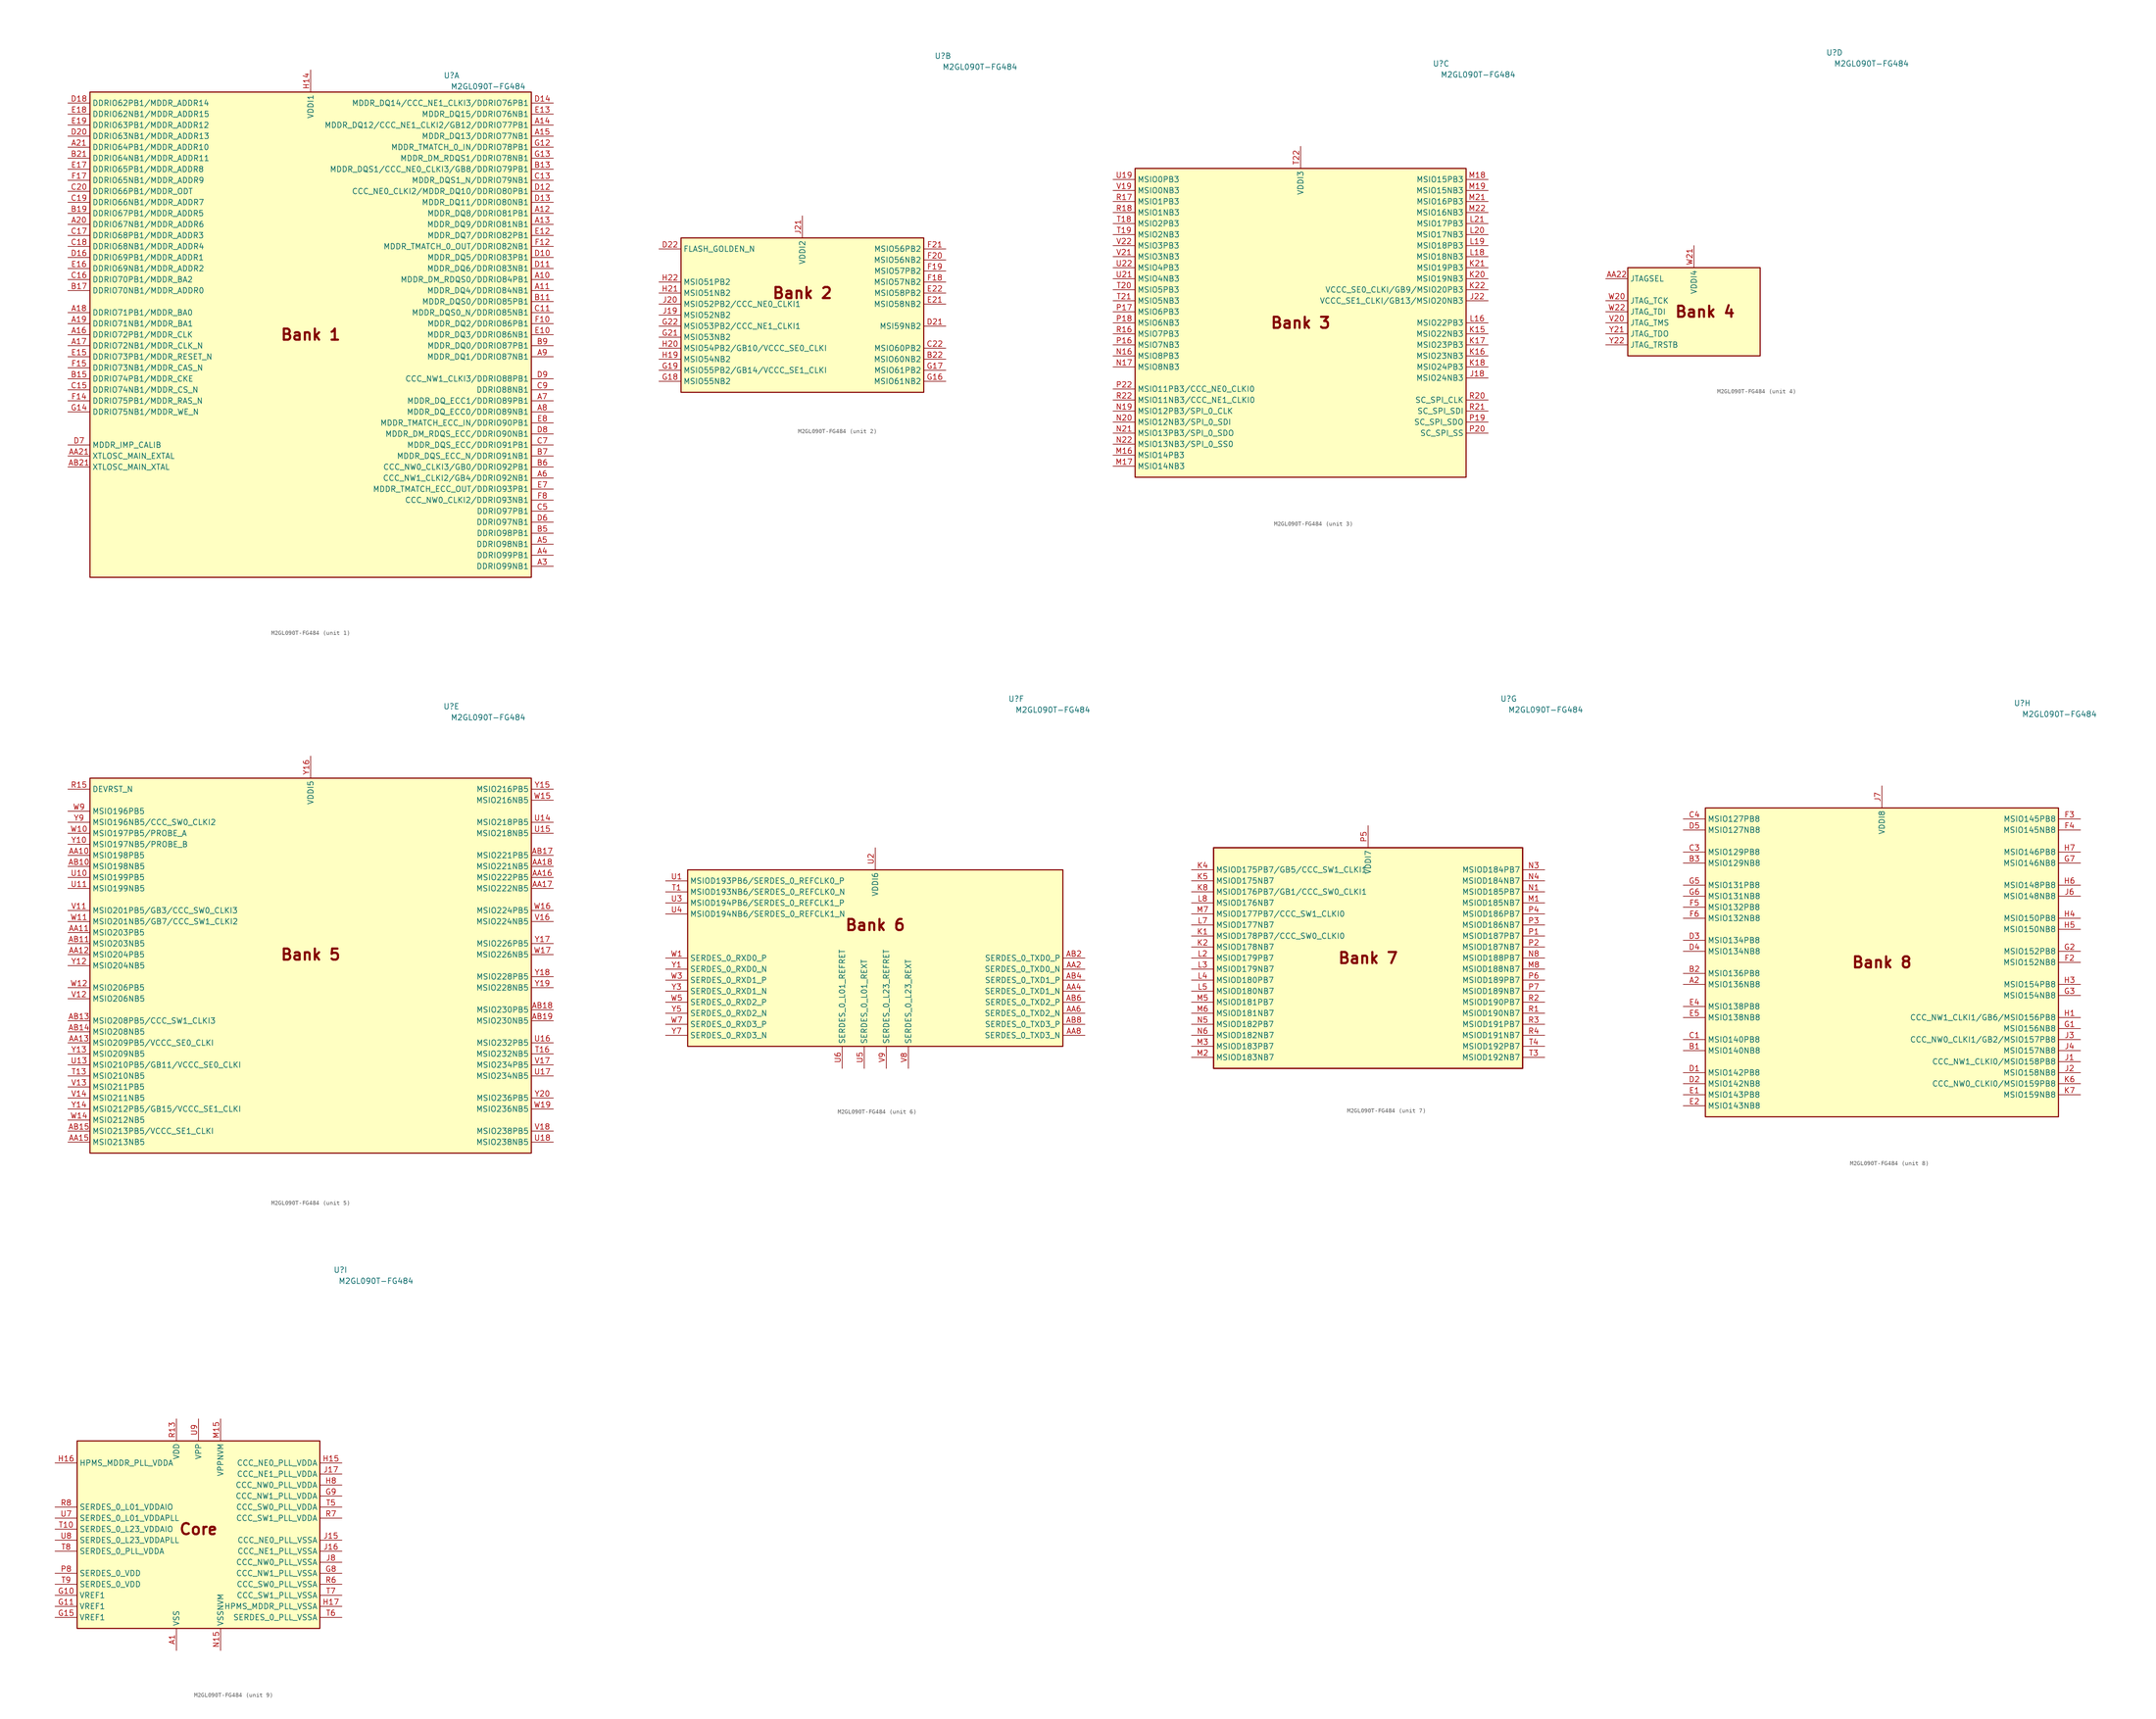
<source format=kicad_sym>
(kicad_symbol_lib
  (version 20241209)
  (generator "kicad_symbol_editor")
  (generator_version "9.0")
  (symbol "M2GL090T-FG484"
    (property "Reference" "U"
      (at 34.29 59.69 0)
      (effects (font (size 1.27 1.27)) (justify right)))
    (property "Value" "M2GL090T-FG484"
      (at 49.53 57.15 0)
      (effects (font (size 1.27 1.27)) (justify right)))
    (property "ki_locked" ""
      (at 0 0 0)
      (effects (font (size 1.27 1.27))))
    (symbol "M2GL090T-FG484_1_1"
      (rectangle (start -50.8 55.88) (end 50.8 -55.88) (stroke (width 0.254) (type default)) (fill (type background)))
      (text "Bank 1" (at 0 0 0) (effects (font (size 2.54 2.54) (bold yes))))
      (pin bidirectional line (at -55.88 53.34 0) (length 5.08) (name "DDRIO62PB1/MDDR_ADDR14" (effects (font (size 1.27 1.27)))) (number "D18" (effects (font (size 1.27 1.27)))))
      (pin bidirectional line (at -55.88 50.8 0) (length 5.08) (name "DDRIO62NB1/MDDR_ADDR15" (effects (font (size 1.27 1.27)))) (number "E18" (effects (font (size 1.27 1.27)))))
      (pin bidirectional line (at -55.88 48.26 0) (length 5.08) (name "DDRIO63PB1/MDDR_ADDR12" (effects (font (size 1.27 1.27)))) (number "E19" (effects (font (size 1.27 1.27)))))
      (pin bidirectional line (at -55.88 45.72 0) (length 5.08) (name "DDRIO63NB1/MDDR_ADDR13" (effects (font (size 1.27 1.27)))) (number "D20" (effects (font (size 1.27 1.27)))))
      (pin bidirectional line (at -55.88 43.18 0) (length 5.08) (name "DDRIO64PB1/MDDR_ADDR10" (effects (font (size 1.27 1.27)))) (number "A21" (effects (font (size 1.27 1.27)))))
      (pin bidirectional line (at -55.88 40.64 0) (length 5.08) (name "DDRIO64NB1/MDDR_ADDR11" (effects (font (size 1.27 1.27)))) (number "B21" (effects (font (size 1.27 1.27)))))
      (pin bidirectional line (at -55.88 38.1 0) (length 5.08) (name "DDRIO65PB1/MDDR_ADDR8" (effects (font (size 1.27 1.27)))) (number "E17" (effects (font (size 1.27 1.27)))))
      (pin bidirectional line (at -55.88 35.56 0) (length 5.08) (name "DDRIO65NB1/MDDR_ADDR9" (effects (font (size 1.27 1.27)))) (number "F17" (effects (font (size 1.27 1.27)))))
      (pin bidirectional line (at -55.88 33.02 0) (length 5.08) (name "DDRIO66PB1/MDDR_ODT" (effects (font (size 1.27 1.27)))) (number "C20" (effects (font (size 1.27 1.27)))))
      (pin bidirectional line (at -55.88 30.48 0) (length 5.08) (name "DDRIO66NB1/MDDR_ADDR7" (effects (font (size 1.27 1.27)))) (number "C19" (effects (font (size 1.27 1.27)))))
      (pin bidirectional line (at -55.88 27.94 0) (length 5.08) (name "DDRIO67PB1/MDDR_ADDR5" (effects (font (size 1.27 1.27)))) (number "B19" (effects (font (size 1.27 1.27)))))
      (pin bidirectional line (at -55.88 25.4 0) (length 5.08) (name "DDRIO67NB1/MDDR_ADDR6" (effects (font (size 1.27 1.27)))) (number "A20" (effects (font (size 1.27 1.27)))))
      (pin bidirectional line (at -55.88 22.86 0) (length 5.08) (name "DDRIO68PB1/MDDR_ADDR3" (effects (font (size 1.27 1.27)))) (number "C17" (effects (font (size 1.27 1.27)))))
      (pin bidirectional line (at -55.88 20.32 0) (length 5.08) (name "DDRIO68NB1/MDDR_ADDR4" (effects (font (size 1.27 1.27)))) (number "C18" (effects (font (size 1.27 1.27)))))
      (pin bidirectional line (at -55.88 17.78 0) (length 5.08) (name "DDRIO69PB1/MDDR_ADDR1" (effects (font (size 1.27 1.27)))) (number "D16" (effects (font (size 1.27 1.27)))))
      (pin bidirectional line (at -55.88 15.24 0) (length 5.08) (name "DDRIO69NB1/MDDR_ADDR2" (effects (font (size 1.27 1.27)))) (number "E16" (effects (font (size 1.27 1.27)))))
      (pin bidirectional line (at -55.88 12.7 0) (length 5.08) (name "DDRIO70PB1/MDDR_BA2" (effects (font (size 1.27 1.27)))) (number "C16" (effects (font (size 1.27 1.27)))))
      (pin bidirectional line (at -55.88 10.16 0) (length 5.08) (name "DDRIO70NB1/MDDR_ADDR0" (effects (font (size 1.27 1.27)))) (number "B17" (effects (font (size 1.27 1.27)))))
      (pin bidirectional line (at -55.88 5.08 0) (length 5.08) (name "DDRIO71PB1/MDDR_BA0" (effects (font (size 1.27 1.27)))) (number "A18" (effects (font (size 1.27 1.27)))))
      (pin bidirectional line (at -55.88 2.54 0) (length 5.08) (name "DDRIO71NB1/MDDR_BA1" (effects (font (size 1.27 1.27)))) (number "A19" (effects (font (size 1.27 1.27)))))
      (pin bidirectional line (at -55.88 0 0) (length 5.08) (name "DDRIO72PB1/MDDR_CLK" (effects (font (size 1.27 1.27)))) (number "A16" (effects (font (size 1.27 1.27)))))
      (pin bidirectional line (at -55.88 -2.54 0) (length 5.08) (name "DDRIO72NB1/MDDR_CLK_N" (effects (font (size 1.27 1.27)))) (number "A17" (effects (font (size 1.27 1.27)))))
      (pin bidirectional line (at -55.88 -5.08 0) (length 5.08) (name "DDRIO73PB1/MDDR_RESET_N" (effects (font (size 1.27 1.27)))) (number "E15" (effects (font (size 1.27 1.27)))))
      (pin bidirectional line (at -55.88 -7.62 0) (length 5.08) (name "DDRIO73NB1/MDDR_CAS_N" (effects (font (size 1.27 1.27)))) (number "F15" (effects (font (size 1.27 1.27)))))
      (pin bidirectional line (at -55.88 -10.16 0) (length 5.08) (name "DDRIO74PB1/MDDR_CKE" (effects (font (size 1.27 1.27)))) (number "B15" (effects (font (size 1.27 1.27)))))
      (pin bidirectional line (at -55.88 -12.7 0) (length 5.08) (name "DDRIO74NB1/MDDR_CS_N" (effects (font (size 1.27 1.27)))) (number "C15" (effects (font (size 1.27 1.27)))))
      (pin bidirectional line (at -55.88 -15.24 0) (length 5.08) (name "DDRIO75PB1/MDDR_RAS_N" (effects (font (size 1.27 1.27)))) (number "F14" (effects (font (size 1.27 1.27)))))
      (pin bidirectional line (at -55.88 -17.78 0) (length 5.08) (name "DDRIO75NB1/MDDR_WE_N" (effects (font (size 1.27 1.27)))) (number "G14" (effects (font (size 1.27 1.27)))))
      (pin input line (at -55.88 -25.4 0) (length 5.08) (name "MDDR_IMP_CALIB" (effects (font (size 1.27 1.27)))) (number "D7" (effects (font (size 1.27 1.27)))))
      (pin input line (at -55.88 -27.94 0) (length 5.08) (name "XTLOSC_MAIN_EXTAL" (effects (font (size 1.27 1.27)))) (number "AA21" (effects (font (size 1.27 1.27)))))
      (pin input line (at -55.88 -30.48 0) (length 5.08) (name "XTLOSC_MAIN_XTAL" (effects (font (size 1.27 1.27)))) (number "AB21" (effects (font (size 1.27 1.27)))))
      (pin passive line (at 0 60.96 270) (length 5.08) (hide yes) (name "VDDI1" (effects (font (size 1.27 1.27)))) (number "B12" (effects (font (size 1.27 1.27)))))
      (pin passive line (at 0 60.96 270) (length 5.08) (hide yes) (name "VDDI1" (effects (font (size 1.27 1.27)))) (number "B16" (effects (font (size 1.27 1.27)))))
      (pin passive line (at 0 60.96 270) (length 5.08) (hide yes) (name "VDDI1" (effects (font (size 1.27 1.27)))) (number "B20" (effects (font (size 1.27 1.27)))))
      (pin passive line (at 0 60.96 270) (length 5.08) (hide yes) (name "VDDI1" (effects (font (size 1.27 1.27)))) (number "B8" (effects (font (size 1.27 1.27)))))
      (pin passive line (at 0 60.96 270) (length 5.08) (hide yes) (name "VDDI1" (effects (font (size 1.27 1.27)))) (number "C10" (effects (font (size 1.27 1.27)))))
      (pin passive line (at 0 60.96 270) (length 5.08) (hide yes) (name "VDDI1" (effects (font (size 1.27 1.27)))) (number "C14" (effects (font (size 1.27 1.27)))))
      (pin passive line (at 0 60.96 270) (length 5.08) (hide yes) (name "VDDI1" (effects (font (size 1.27 1.27)))) (number "C6" (effects (font (size 1.27 1.27)))))
      (pin passive line (at 0 60.96 270) (length 5.08) (hide yes) (name "VDDI1" (effects (font (size 1.27 1.27)))) (number "D17" (effects (font (size 1.27 1.27)))))
      (pin passive line (at 0 60.96 270) (length 5.08) (hide yes) (name "VDDI1" (effects (font (size 1.27 1.27)))) (number "E11" (effects (font (size 1.27 1.27)))))
      (pin passive line (at 0 60.96 270) (length 5.08) (hide yes) (name "VDDI1" (effects (font (size 1.27 1.27)))) (number "F13" (effects (font (size 1.27 1.27)))))
      (pin passive line (at 0 60.96 270) (length 5.08) (hide yes) (name "VDDI1" (effects (font (size 1.27 1.27)))) (number "F7" (effects (font (size 1.27 1.27)))))
      (pin passive line (at 0 60.96 270) (length 5.08) (hide yes) (name "VDDI1" (effects (font (size 1.27 1.27)))) (number "F9" (effects (font (size 1.27 1.27)))))
      (pin passive line (at 0 60.96 270) (length 5.08) (hide yes) (name "VDDI1" (effects (font (size 1.27 1.27)))) (number "H12" (effects (font (size 1.27 1.27)))))
      (pin power_in line (at 0 60.96 270) (length 5.08) (name "VDDI1" (effects (font (size 1.27 1.27)))) (number "H14" (effects (font (size 1.27 1.27)))))
      (pin bidirectional line (at 55.88 53.34 180) (length 5.08) (name "MDDR_DQ14/CCC_NE1_CLKI3/DDRIO76PB1" (effects (font (size 1.27 1.27)))) (number "D14" (effects (font (size 1.27 1.27)))))
      (pin bidirectional line (at 55.88 50.8 180) (length 5.08) (name "MDDR_DQ15/DDRIO76NB1" (effects (font (size 1.27 1.27)))) (number "E13" (effects (font (size 1.27 1.27)))))
      (pin bidirectional line (at 55.88 48.26 180) (length 5.08) (name "MDDR_DQ12/CCC_NE1_CLKI2/GB12/DDRIO77PB1" (effects (font (size 1.27 1.27)))) (number "A14" (effects (font (size 1.27 1.27)))))
      (pin bidirectional line (at 55.88 45.72 180) (length 5.08) (name "MDDR_DQ13/DDRIO77NB1" (effects (font (size 1.27 1.27)))) (number "A15" (effects (font (size 1.27 1.27)))))
      (pin bidirectional line (at 55.88 43.18 180) (length 5.08) (name "MDDR_TMATCH_0_IN/DDRIO78PB1" (effects (font (size 1.27 1.27)))) (number "G12" (effects (font (size 1.27 1.27)))))
      (pin bidirectional line (at 55.88 40.64 180) (length 5.08) (name "MDDR_DM_RDQS1/DDRIO78NB1" (effects (font (size 1.27 1.27)))) (number "G13" (effects (font (size 1.27 1.27)))))
      (pin bidirectional line (at 55.88 38.1 180) (length 5.08) (name "MDDR_DQS1/CCC_NE0_CLKI3/GB8/DDRIO79PB1" (effects (font (size 1.27 1.27)))) (number "B13" (effects (font (size 1.27 1.27)))))
      (pin bidirectional line (at 55.88 35.56 180) (length 5.08) (name "MDDR_DQS1_N/DDRIO79NB1" (effects (font (size 1.27 1.27)))) (number "C13" (effects (font (size 1.27 1.27)))))
      (pin bidirectional line (at 55.88 33.02 180) (length 5.08) (name "CCC_NE0_CLKI2/MDDR_DQ10/DDRIO80PB1" (effects (font (size 1.27 1.27)))) (number "D12" (effects (font (size 1.27 1.27)))))
      (pin bidirectional line (at 55.88 30.48 180) (length 5.08) (name "MDDR_DQ11/DDRIO80NB1" (effects (font (size 1.27 1.27)))) (number "D13" (effects (font (size 1.27 1.27)))))
      (pin bidirectional line (at 55.88 27.94 180) (length 5.08) (name "MDDR_DQ8/DDRIO81PB1" (effects (font (size 1.27 1.27)))) (number "A12" (effects (font (size 1.27 1.27)))))
      (pin bidirectional line (at 55.88 25.4 180) (length 5.08) (name "MDDR_DQ9/DDRIO81NB1" (effects (font (size 1.27 1.27)))) (number "A13" (effects (font (size 1.27 1.27)))))
      (pin bidirectional line (at 55.88 22.86 180) (length 5.08) (name "MDDR_DQ7/DDRIO82PB1" (effects (font (size 1.27 1.27)))) (number "E12" (effects (font (size 1.27 1.27)))))
      (pin bidirectional line (at 55.88 20.32 180) (length 5.08) (name "MDDR_TMATCH_0_OUT/DDRIO82NB1" (effects (font (size 1.27 1.27)))) (number "F12" (effects (font (size 1.27 1.27)))))
      (pin bidirectional line (at 55.88 17.78 180) (length 5.08) (name "MDDR_DQ5/DDRIO83PB1" (effects (font (size 1.27 1.27)))) (number "D10" (effects (font (size 1.27 1.27)))))
      (pin bidirectional line (at 55.88 15.24 180) (length 5.08) (name "MDDR_DQ6/DDRIO83NB1" (effects (font (size 1.27 1.27)))) (number "D11" (effects (font (size 1.27 1.27)))))
      (pin bidirectional line (at 55.88 12.7 180) (length 5.08) (name "MDDR_DM_RDQS0/DDRIO84PB1" (effects (font (size 1.27 1.27)))) (number "A10" (effects (font (size 1.27 1.27)))))
      (pin bidirectional line (at 55.88 10.16 180) (length 5.08) (name "MDDR_DQ4/DDRIO84NB1" (effects (font (size 1.27 1.27)))) (number "A11" (effects (font (size 1.27 1.27)))))
      (pin bidirectional line (at 55.88 7.62 180) (length 5.08) (name "MDDR_DQS0/DDRIO85PB1" (effects (font (size 1.27 1.27)))) (number "B11" (effects (font (size 1.27 1.27)))))
      (pin bidirectional line (at 55.88 5.08 180) (length 5.08) (name "MDDR_DQS0_N/DDRIO85NB1" (effects (font (size 1.27 1.27)))) (number "C11" (effects (font (size 1.27 1.27)))))
      (pin bidirectional line (at 55.88 2.54 180) (length 5.08) (name "MDDR_DQ2/DDRIO86PB1" (effects (font (size 1.27 1.27)))) (number "F10" (effects (font (size 1.27 1.27)))))
      (pin bidirectional line (at 55.88 0 180) (length 5.08) (name "MDDR_DQ3/DDRIO86NB1" (effects (font (size 1.27 1.27)))) (number "E10" (effects (font (size 1.27 1.27)))))
      (pin bidirectional line (at 55.88 -2.54 180) (length 5.08) (name "MDDR_DQ0/DDRIO87PB1" (effects (font (size 1.27 1.27)))) (number "B9" (effects (font (size 1.27 1.27)))))
      (pin bidirectional line (at 55.88 -5.08 180) (length 5.08) (name "MDDR_DQ1/DDRIO87NB1" (effects (font (size 1.27 1.27)))) (number "A9" (effects (font (size 1.27 1.27)))))
      (pin bidirectional line (at 55.88 -10.16 180) (length 5.08) (name "CCC_NW1_CLKI3/DDRIO88PB1" (effects (font (size 1.27 1.27)))) (number "D9" (effects (font (size 1.27 1.27)))))
      (pin bidirectional line (at 55.88 -12.7 180) (length 5.08) (name "DDRIO88NB1" (effects (font (size 1.27 1.27)))) (number "C9" (effects (font (size 1.27 1.27)))))
      (pin bidirectional line (at 55.88 -15.24 180) (length 5.08) (name "MDDR_DQ_ECC1/DDRIO89PB1" (effects (font (size 1.27 1.27)))) (number "A7" (effects (font (size 1.27 1.27)))))
      (pin bidirectional line (at 55.88 -17.78 180) (length 5.08) (name "MDDR_DQ_ECC0/DDRIO89NB1" (effects (font (size 1.27 1.27)))) (number "A8" (effects (font (size 1.27 1.27)))))
      (pin output line (at 55.88 -20.32 180) (length 5.08) (name "MDDR_TMATCH_ECC_IN/DDRIO90PB1" (effects (font (size 1.27 1.27)))) (number "E8" (effects (font (size 1.27 1.27)))))
      (pin bidirectional line (at 55.88 -22.86 180) (length 5.08) (name "MDDR_DM_RDQS_ECC/DDRIO90NB1" (effects (font (size 1.27 1.27)))) (number "D8" (effects (font (size 1.27 1.27)))))
      (pin bidirectional line (at 55.88 -25.4 180) (length 5.08) (name "MDDR_DQS_ECC/DDRIO91PB1" (effects (font (size 1.27 1.27)))) (number "C7" (effects (font (size 1.27 1.27)))))
      (pin bidirectional line (at 55.88 -27.94 180) (length 5.08) (name "MDDR_DQS_ECC_N/DDRIO91NB1" (effects (font (size 1.27 1.27)))) (number "B7" (effects (font (size 1.27 1.27)))))
      (pin bidirectional line (at 55.88 -30.48 180) (length 5.08) (name "CCC_NW0_CLKI3/GB0/DDRIO92PB1" (effects (font (size 1.27 1.27)))) (number "B6" (effects (font (size 1.27 1.27)))))
      (pin bidirectional line (at 55.88 -33.02 180) (length 5.08) (name "CCC_NW1_CLKI2/GB4/DDRIO92NB1" (effects (font (size 1.27 1.27)))) (number "A6" (effects (font (size 1.27 1.27)))))
      (pin bidirectional line (at 55.88 -35.56 180) (length 5.08) (name "MDDR_TMATCH_ECC_OUT/DDRIO93PB1" (effects (font (size 1.27 1.27)))) (number "E7" (effects (font (size 1.27 1.27)))))
      (pin bidirectional line (at 55.88 -38.1 180) (length 5.08) (name "CCC_NW0_CLKI2/DDRIO93NB1" (effects (font (size 1.27 1.27)))) (number "F8" (effects (font (size 1.27 1.27)))))
      (pin bidirectional line (at 55.88 -40.64 180) (length 5.08) (name "DDRIO97PB1" (effects (font (size 1.27 1.27)))) (number "C5" (effects (font (size 1.27 1.27)))))
      (pin bidirectional line (at 55.88 -43.18 180) (length 5.08) (name "DDRIO97NB1" (effects (font (size 1.27 1.27)))) (number "D6" (effects (font (size 1.27 1.27)))))
      (pin bidirectional line (at 55.88 -45.72 180) (length 5.08) (name "DDRIO98PB1" (effects (font (size 1.27 1.27)))) (number "B5" (effects (font (size 1.27 1.27)))))
      (pin bidirectional line (at 55.88 -48.26 180) (length 5.08) (name "DDRIO98NB1" (effects (font (size 1.27 1.27)))) (number "A5" (effects (font (size 1.27 1.27)))))
      (pin bidirectional line (at 55.88 -50.8 180) (length 5.08) (name "DDRIO99PB1" (effects (font (size 1.27 1.27)))) (number "A4" (effects (font (size 1.27 1.27)))))
      (pin bidirectional line (at 55.88 -53.34 180) (length 5.08) (name "DDRIO99NB1" (effects (font (size 1.27 1.27)))) (number "A3" (effects (font (size 1.27 1.27))))))
    (symbol "M2GL090T-FG484_2_1"
      (rectangle (start -27.94 17.78) (end 27.94 -17.78) (stroke (width 0.254) (type default)) (fill (type background)))
      (text "Bank 2" (at 0 5.08 0) (effects (font (size 2.54 2.54) (bold yes))))
      (pin input line (at -33.02 15.24 0) (length 5.08) (name "FLASH_GOLDEN_N" (effects (font (size 1.27 1.27)))) (number "D22" (effects (font (size 1.27 1.27)))))
      (pin bidirectional line (at -33.02 7.62 0) (length 5.08) (name "MSIO51PB2" (effects (font (size 1.27 1.27)))) (number "H22" (effects (font (size 1.27 1.27)))))
      (pin bidirectional line (at -33.02 5.08 0) (length 5.08) (name "MSIO51NB2" (effects (font (size 1.27 1.27)))) (number "H21" (effects (font (size 1.27 1.27)))))
      (pin bidirectional line (at -33.02 2.54 0) (length 5.08) (name "MSIO52PB2/CCC_NE0_CLKI1" (effects (font (size 1.27 1.27)))) (number "J20" (effects (font (size 1.27 1.27)))))
      (pin bidirectional line (at -33.02 0 0) (length 5.08) (name "MSIO52NB2" (effects (font (size 1.27 1.27)))) (number "J19" (effects (font (size 1.27 1.27)))))
      (pin bidirectional line (at -33.02 -2.54 0) (length 5.08) (name "MSIO53PB2/CCC_NE1_CLKI1" (effects (font (size 1.27 1.27)))) (number "G22" (effects (font (size 1.27 1.27)))))
      (pin bidirectional line (at -33.02 -5.08 0) (length 5.08) (name "MSIO53NB2" (effects (font (size 1.27 1.27)))) (number "G21" (effects (font (size 1.27 1.27)))))
      (pin bidirectional line (at -33.02 -7.62 0) (length 5.08) (name "MSIO54PB2/GB10/VCCC_SE0_CLKI" (effects (font (size 1.27 1.27)))) (number "H20" (effects (font (size 1.27 1.27)))))
      (pin bidirectional line (at -33.02 -10.16 0) (length 5.08) (name "MSIO54NB2" (effects (font (size 1.27 1.27)))) (number "H19" (effects (font (size 1.27 1.27)))))
      (pin bidirectional line (at -33.02 -12.7 0) (length 5.08) (name "MSIO55PB2/GB14/VCCC_SE1_CLKI" (effects (font (size 1.27 1.27)))) (number "G19" (effects (font (size 1.27 1.27)))))
      (pin bidirectional line (at -33.02 -15.24 0) (length 5.08) (name "MSIO55NB2" (effects (font (size 1.27 1.27)))) (number "G18" (effects (font (size 1.27 1.27)))))
      (pin passive line (at 0 22.86 270) (length 5.08) (hide yes) (name "VDDI2" (effects (font (size 1.27 1.27)))) (number "E20" (effects (font (size 1.27 1.27)))))
      (pin passive line (at 0 22.86 270) (length 5.08) (hide yes) (name "VDDI2" (effects (font (size 1.27 1.27)))) (number "F22" (effects (font (size 1.27 1.27)))))
      (pin passive line (at 0 22.86 270) (length 5.08) (hide yes) (name "VDDI2" (effects (font (size 1.27 1.27)))) (number "H18" (effects (font (size 1.27 1.27)))))
      (pin power_in line (at 0 22.86 270) (length 5.08) (name "VDDI2" (effects (font (size 1.27 1.27)))) (number "J21" (effects (font (size 1.27 1.27)))))
      (pin bidirectional line (at 33.02 15.24 180) (length 5.08) (name "MSIO56PB2" (effects (font (size 1.27 1.27)))) (number "F21" (effects (font (size 1.27 1.27)))))
      (pin bidirectional line (at 33.02 12.7 180) (length 5.08) (name "MSIO56NB2" (effects (font (size 1.27 1.27)))) (number "F20" (effects (font (size 1.27 1.27)))))
      (pin bidirectional line (at 33.02 10.16 180) (length 5.08) (name "MSIO57PB2" (effects (font (size 1.27 1.27)))) (number "F19" (effects (font (size 1.27 1.27)))))
      (pin bidirectional line (at 33.02 7.62 180) (length 5.08) (name "MSIO57NB2" (effects (font (size 1.27 1.27)))) (number "F18" (effects (font (size 1.27 1.27)))))
      (pin bidirectional line (at 33.02 5.08 180) (length 5.08) (name "MSIO58PB2" (effects (font (size 1.27 1.27)))) (number "E22" (effects (font (size 1.27 1.27)))))
      (pin bidirectional line (at 33.02 2.54 180) (length 5.08) (name "MSIO58NB2" (effects (font (size 1.27 1.27)))) (number "E21" (effects (font (size 1.27 1.27)))))
      (pin input line (at 33.02 -2.54 180) (length 5.08) (name "MSI59NB2" (effects (font (size 1.27 1.27)))) (number "D21" (effects (font (size 1.27 1.27)))))
      (pin bidirectional line (at 33.02 -7.62 180) (length 5.08) (name "MSIO60PB2" (effects (font (size 1.27 1.27)))) (number "C22" (effects (font (size 1.27 1.27)))))
      (pin bidirectional line (at 33.02 -10.16 180) (length 5.08) (name "MSIO60NB2" (effects (font (size 1.27 1.27)))) (number "B22" (effects (font (size 1.27 1.27)))))
      (pin bidirectional line (at 33.02 -12.7 180) (length 5.08) (name "MSIO61PB2" (effects (font (size 1.27 1.27)))) (number "G17" (effects (font (size 1.27 1.27)))))
      (pin bidirectional line (at 33.02 -15.24 180) (length 5.08) (name "MSIO61NB2" (effects (font (size 1.27 1.27)))) (number "G16" (effects (font (size 1.27 1.27))))))
    (symbol "M2GL090T-FG484_3_1"
      (rectangle (start -38.1 35.56) (end 38.1 -35.56) (stroke (width 0.254) (type default)) (fill (type background)))
      (text "Bank 3" (at 0 0 0) (effects (font (size 2.54 2.54) (bold yes))))
      (pin bidirectional line (at -43.18 33.02 0) (length 5.08) (name "MSIO0PB3" (effects (font (size 1.27 1.27)))) (number "U19" (effects (font (size 1.27 1.27)))))
      (pin bidirectional line (at -43.18 30.48 0) (length 5.08) (name "MSIO0NB3" (effects (font (size 1.27 1.27)))) (number "V19" (effects (font (size 1.27 1.27)))))
      (pin bidirectional line (at -43.18 27.94 0) (length 5.08) (name "MSIO1PB3" (effects (font (size 1.27 1.27)))) (number "R17" (effects (font (size 1.27 1.27)))))
      (pin bidirectional line (at -43.18 25.4 0) (length 5.08) (name "MSIO1NB3" (effects (font (size 1.27 1.27)))) (number "R18" (effects (font (size 1.27 1.27)))))
      (pin bidirectional line (at -43.18 22.86 0) (length 5.08) (name "MSIO2PB3" (effects (font (size 1.27 1.27)))) (number "T18" (effects (font (size 1.27 1.27)))))
      (pin bidirectional line (at -43.18 20.32 0) (length 5.08) (name "MSIO2NB3" (effects (font (size 1.27 1.27)))) (number "T19" (effects (font (size 1.27 1.27)))))
      (pin bidirectional line (at -43.18 17.78 0) (length 5.08) (name "MSIO3PB3" (effects (font (size 1.27 1.27)))) (number "V22" (effects (font (size 1.27 1.27)))))
      (pin bidirectional line (at -43.18 15.24 0) (length 5.08) (name "MSIO3NB3" (effects (font (size 1.27 1.27)))) (number "V21" (effects (font (size 1.27 1.27)))))
      (pin bidirectional line (at -43.18 12.7 0) (length 5.08) (name "MSIO4PB3" (effects (font (size 1.27 1.27)))) (number "U22" (effects (font (size 1.27 1.27)))))
      (pin bidirectional line (at -43.18 10.16 0) (length 5.08) (name "MSIO4NB3" (effects (font (size 1.27 1.27)))) (number "U21" (effects (font (size 1.27 1.27)))))
      (pin bidirectional line (at -43.18 7.62 0) (length 5.08) (name "MSIO5PB3" (effects (font (size 1.27 1.27)))) (number "T20" (effects (font (size 1.27 1.27)))))
      (pin bidirectional line (at -43.18 5.08 0) (length 5.08) (name "MSIO5NB3" (effects (font (size 1.27 1.27)))) (number "T21" (effects (font (size 1.27 1.27)))))
      (pin bidirectional line (at -43.18 2.54 0) (length 5.08) (name "MSIO6PB3" (effects (font (size 1.27 1.27)))) (number "P17" (effects (font (size 1.27 1.27)))))
      (pin bidirectional line (at -43.18 0 0) (length 5.08) (name "MSIO6NB3" (effects (font (size 1.27 1.27)))) (number "P18" (effects (font (size 1.27 1.27)))))
      (pin bidirectional line (at -43.18 -2.54 0) (length 5.08) (name "MSIO7PB3" (effects (font (size 1.27 1.27)))) (number "R16" (effects (font (size 1.27 1.27)))))
      (pin bidirectional line (at -43.18 -5.08 0) (length 5.08) (name "MSIO7NB3" (effects (font (size 1.27 1.27)))) (number "P16" (effects (font (size 1.27 1.27)))))
      (pin bidirectional line (at -43.18 -7.62 0) (length 5.08) (name "MSIO8PB3" (effects (font (size 1.27 1.27)))) (number "N16" (effects (font (size 1.27 1.27)))))
      (pin bidirectional line (at -43.18 -10.16 0) (length 5.08) (name "MSIO8NB3" (effects (font (size 1.27 1.27)))) (number "N17" (effects (font (size 1.27 1.27)))))
      (pin bidirectional line (at -43.18 -15.24 0) (length 5.08) (name "MSIO11PB3/CCC_NE0_CLKI0" (effects (font (size 1.27 1.27)))) (number "P22" (effects (font (size 1.27 1.27)))))
      (pin bidirectional line (at -43.18 -17.78 0) (length 5.08) (name "MSIO11NB3/CCC_NE1_CLKI0" (effects (font (size 1.27 1.27)))) (number "R22" (effects (font (size 1.27 1.27)))))
      (pin bidirectional line (at -43.18 -20.32 0) (length 5.08) (name "MSIO12PB3/SPI_0_CLK" (effects (font (size 1.27 1.27)))) (number "N19" (effects (font (size 1.27 1.27)))))
      (pin bidirectional line (at -43.18 -22.86 0) (length 5.08) (name "MSIO12NB3/SPI_0_SDI" (effects (font (size 1.27 1.27)))) (number "N20" (effects (font (size 1.27 1.27)))))
      (pin bidirectional line (at -43.18 -25.4 0) (length 5.08) (name "MSIO13PB3/SPI_0_SDO" (effects (font (size 1.27 1.27)))) (number "N21" (effects (font (size 1.27 1.27)))))
      (pin bidirectional line (at -43.18 -27.94 0) (length 5.08) (name "MSIO13NB3/SPI_0_SS0" (effects (font (size 1.27 1.27)))) (number "N22" (effects (font (size 1.27 1.27)))))
      (pin bidirectional line (at -43.18 -30.48 0) (length 5.08) (name "MSIO14PB3" (effects (font (size 1.27 1.27)))) (number "M16" (effects (font (size 1.27 1.27)))))
      (pin bidirectional line (at -43.18 -33.02 0) (length 5.08) (name "MSIO14NB3" (effects (font (size 1.27 1.27)))) (number "M17" (effects (font (size 1.27 1.27)))))
      (pin passive line (at 0 40.64 270) (length 5.08) (hide yes) (name "VDDI3" (effects (font (size 1.27 1.27)))) (number "L17" (effects (font (size 1.27 1.27)))))
      (pin passive line (at 0 40.64 270) (length 5.08) (hide yes) (name "VDDI3" (effects (font (size 1.27 1.27)))) (number "M20" (effects (font (size 1.27 1.27)))))
      (pin passive line (at 0 40.64 270) (length 5.08) (hide yes) (name "VDDI3" (effects (font (size 1.27 1.27)))) (number "R19" (effects (font (size 1.27 1.27)))))
      (pin power_in line (at 0 40.64 270) (length 5.08) (name "VDDI3" (effects (font (size 1.27 1.27)))) (number "T22" (effects (font (size 1.27 1.27)))))
      (pin bidirectional line (at 43.18 33.02 180) (length 5.08) (name "MSIO15PB3" (effects (font (size 1.27 1.27)))) (number "M18" (effects (font (size 1.27 1.27)))))
      (pin bidirectional line (at 43.18 30.48 180) (length 5.08) (name "MSIO15NB3" (effects (font (size 1.27 1.27)))) (number "M19" (effects (font (size 1.27 1.27)))))
      (pin bidirectional line (at 43.18 27.94 180) (length 5.08) (name "MSIO16PB3" (effects (font (size 1.27 1.27)))) (number "M21" (effects (font (size 1.27 1.27)))))
      (pin bidirectional line (at 43.18 25.4 180) (length 5.08) (name "MSIO16NB3" (effects (font (size 1.27 1.27)))) (number "M22" (effects (font (size 1.27 1.27)))))
      (pin bidirectional line (at 43.18 22.86 180) (length 5.08) (name "MSIO17PB3" (effects (font (size 1.27 1.27)))) (number "L21" (effects (font (size 1.27 1.27)))))
      (pin bidirectional line (at 43.18 20.32 180) (length 5.08) (name "MSIO17NB3" (effects (font (size 1.27 1.27)))) (number "L20" (effects (font (size 1.27 1.27)))))
      (pin bidirectional line (at 43.18 17.78 180) (length 5.08) (name "MSIO18PB3" (effects (font (size 1.27 1.27)))) (number "L19" (effects (font (size 1.27 1.27)))))
      (pin bidirectional line (at 43.18 15.24 180) (length 5.08) (name "MSIO18NB3" (effects (font (size 1.27 1.27)))) (number "L18" (effects (font (size 1.27 1.27)))))
      (pin bidirectional line (at 43.18 12.7 180) (length 5.08) (name "MSIO19PB3" (effects (font (size 1.27 1.27)))) (number "K21" (effects (font (size 1.27 1.27)))))
      (pin bidirectional line (at 43.18 10.16 180) (length 5.08) (name "MSIO19NB3" (effects (font (size 1.27 1.27)))) (number "K20" (effects (font (size 1.27 1.27)))))
      (pin bidirectional line (at 43.18 7.62 180) (length 5.08) (name "VCCC_SE0_CLKI/GB9/MSIO20PB3" (effects (font (size 1.27 1.27)))) (number "K22" (effects (font (size 1.27 1.27)))))
      (pin bidirectional line (at 43.18 5.08 180) (length 5.08) (name "VCCC_SE1_CLKI/GB13/MSIO20NB3" (effects (font (size 1.27 1.27)))) (number "J22" (effects (font (size 1.27 1.27)))))
      (pin bidirectional line (at 43.18 0 180) (length 5.08) (name "MSIO22PB3" (effects (font (size 1.27 1.27)))) (number "L16" (effects (font (size 1.27 1.27)))))
      (pin bidirectional line (at 43.18 -2.54 180) (length 5.08) (name "MSIO22NB3" (effects (font (size 1.27 1.27)))) (number "K15" (effects (font (size 1.27 1.27)))))
      (pin bidirectional line (at 43.18 -5.08 180) (length 5.08) (name "MSIO23PB3" (effects (font (size 1.27 1.27)))) (number "K17" (effects (font (size 1.27 1.27)))))
      (pin bidirectional line (at 43.18 -7.62 180) (length 5.08) (name "MSIO23NB3" (effects (font (size 1.27 1.27)))) (number "K16" (effects (font (size 1.27 1.27)))))
      (pin bidirectional line (at 43.18 -10.16 180) (length 5.08) (name "MSIO24PB3" (effects (font (size 1.27 1.27)))) (number "K18" (effects (font (size 1.27 1.27)))))
      (pin bidirectional line (at 43.18 -12.7 180) (length 5.08) (name "MSIO24NB3" (effects (font (size 1.27 1.27)))) (number "J18" (effects (font (size 1.27 1.27)))))
      (pin output line (at 43.18 -17.78 180) (length 5.08) (name "SC_SPI_CLK" (effects (font (size 1.27 1.27)))) (number "R20" (effects (font (size 1.27 1.27)))))
      (pin input line (at 43.18 -20.32 180) (length 5.08) (name "SC_SPI_SDI" (effects (font (size 1.27 1.27)))) (number "R21" (effects (font (size 1.27 1.27)))))
      (pin output line (at 43.18 -22.86 180) (length 5.08) (name "SC_SPI_SDO" (effects (font (size 1.27 1.27)))) (number "P19" (effects (font (size 1.27 1.27)))))
      (pin output line (at 43.18 -25.4 180) (length 5.08) (name "SC_SPI_SS" (effects (font (size 1.27 1.27)))) (number "P20" (effects (font (size 1.27 1.27))))))
    (symbol "M2GL090T-FG484_4_1"
      (rectangle (start -15.24 10.16) (end 15.24 -10.16) (stroke (width 0.254) (type default)) (fill (type background)))
      (text "Bank 4" (at 2.54 0 0) (effects (font (size 2.54 2.54) (bold yes))))
      (pin input line (at -20.32 7.62 0) (length 5.08) (name "JTAGSEL" (effects (font (size 1.27 1.27)))) (number "AA22" (effects (font (size 1.27 1.27)))))
      (pin input line (at -20.32 2.54 0) (length 5.08) (name "JTAG_TCK" (effects (font (size 1.27 1.27)))) (number "W20" (effects (font (size 1.27 1.27)))))
      (pin input line (at -20.32 0 0) (length 5.08) (name "JTAG_TDI" (effects (font (size 1.27 1.27)))) (number "W22" (effects (font (size 1.27 1.27)))))
      (pin input line (at -20.32 -2.54 0) (length 5.08) (name "JTAG_TMS" (effects (font (size 1.27 1.27)))) (number "V20" (effects (font (size 1.27 1.27)))))
      (pin output line (at -20.32 -5.08 0) (length 5.08) (name "JTAG_TDO" (effects (font (size 1.27 1.27)))) (number "Y21" (effects (font (size 1.27 1.27)))))
      (pin input line (at -20.32 -7.62 0) (length 5.08) (name "JTAG_TRSTB" (effects (font (size 1.27 1.27)))) (number "Y22" (effects (font (size 1.27 1.27)))))
      (pin power_in line (at 0 15.24 270) (length 5.08) (name "VDDI4" (effects (font (size 1.27 1.27)))) (number "W21" (effects (font (size 1.27 1.27))))))
    (symbol "M2GL090T-FG484_5_1"
      (rectangle (start -50.8 43.18) (end 50.8 -43.18) (stroke (width 0.254) (type default)) (fill (type background)))
      (text "Bank 5" (at 0 2.54 0) (effects (font (size 2.54 2.54) (bold yes))))
      (pin input line (at -55.88 40.64 0) (length 5.08) (name "DEVRST_N" (effects (font (size 1.27 1.27)))) (number "R15" (effects (font (size 1.27 1.27)))))
      (pin bidirectional line (at -55.88 35.56 0) (length 5.08) (name "MSIO196PB5" (effects (font (size 1.27 1.27)))) (number "W9" (effects (font (size 1.27 1.27)))))
      (pin bidirectional line (at -55.88 33.02 0) (length 5.08) (name "MSIO196NB5/CCC_SW0_CLKI2" (effects (font (size 1.27 1.27)))) (number "Y9" (effects (font (size 1.27 1.27)))))
      (pin bidirectional line (at -55.88 30.48 0) (length 5.08) (name "MSIO197PB5/PROBE_A" (effects (font (size 1.27 1.27)))) (number "W10" (effects (font (size 1.27 1.27)))))
      (pin bidirectional line (at -55.88 27.94 0) (length 5.08) (name "MSIO197NB5/PROBE_B" (effects (font (size 1.27 1.27)))) (number "Y10" (effects (font (size 1.27 1.27)))))
      (pin bidirectional line (at -55.88 25.4 0) (length 5.08) (name "MSIO198PB5" (effects (font (size 1.27 1.27)))) (number "AA10" (effects (font (size 1.27 1.27)))))
      (pin bidirectional line (at -55.88 22.86 0) (length 5.08) (name "MSIO198NB5" (effects (font (size 1.27 1.27)))) (number "AB10" (effects (font (size 1.27 1.27)))))
      (pin bidirectional line (at -55.88 20.32 0) (length 5.08) (name "MSIO199PB5" (effects (font (size 1.27 1.27)))) (number "U10" (effects (font (size 1.27 1.27)))))
      (pin bidirectional line (at -55.88 17.78 0) (length 5.08) (name "MSIO199NB5" (effects (font (size 1.27 1.27)))) (number "U11" (effects (font (size 1.27 1.27)))))
      (pin bidirectional line (at -55.88 12.7 0) (length 5.08) (name "MSIO201PB5/GB3/CCC_SW0_CLKI3" (effects (font (size 1.27 1.27)))) (number "V11" (effects (font (size 1.27 1.27)))))
      (pin bidirectional line (at -55.88 10.16 0) (length 5.08) (name "MSIO201NB5/GB7/CCC_SW1_CLKI2" (effects (font (size 1.27 1.27)))) (number "W11" (effects (font (size 1.27 1.27)))))
      (pin bidirectional line (at -55.88 7.62 0) (length 5.08) (name "MSIO203PB5" (effects (font (size 1.27 1.27)))) (number "AA11" (effects (font (size 1.27 1.27)))))
      (pin bidirectional line (at -55.88 5.08 0) (length 5.08) (name "MSIO203NB5" (effects (font (size 1.27 1.27)))) (number "AB11" (effects (font (size 1.27 1.27)))))
      (pin bidirectional line (at -55.88 2.54 0) (length 5.08) (name "MSIO204PB5" (effects (font (size 1.27 1.27)))) (number "AA12" (effects (font (size 1.27 1.27)))))
      (pin bidirectional line (at -55.88 0 0) (length 5.08) (name "MSIO204NB5" (effects (font (size 1.27 1.27)))) (number "Y12" (effects (font (size 1.27 1.27)))))
      (pin bidirectional line (at -55.88 -5.08 0) (length 5.08) (name "MSIO206PB5" (effects (font (size 1.27 1.27)))) (number "W12" (effects (font (size 1.27 1.27)))))
      (pin bidirectional line (at -55.88 -7.62 0) (length 5.08) (name "MSIO206NB5" (effects (font (size 1.27 1.27)))) (number "V12" (effects (font (size 1.27 1.27)))))
      (pin bidirectional line (at -55.88 -12.7 0) (length 5.08) (name "MSIO208PB5/CCC_SW1_CLKI3" (effects (font (size 1.27 1.27)))) (number "AB13" (effects (font (size 1.27 1.27)))))
      (pin bidirectional line (at -55.88 -15.24 0) (length 5.08) (name "MSIO208NB5" (effects (font (size 1.27 1.27)))) (number "AB14" (effects (font (size 1.27 1.27)))))
      (pin bidirectional line (at -55.88 -17.78 0) (length 5.08) (name "MSIO209PB5/VCCC_SE0_CLKI" (effects (font (size 1.27 1.27)))) (number "AA13" (effects (font (size 1.27 1.27)))))
      (pin bidirectional line (at -55.88 -20.32 0) (length 5.08) (name "MSIO209NB5" (effects (font (size 1.27 1.27)))) (number "Y13" (effects (font (size 1.27 1.27)))))
      (pin bidirectional line (at -55.88 -22.86 0) (length 5.08) (name "MSIO210PB5/GB11/VCCC_SE0_CLKI" (effects (font (size 1.27 1.27)))) (number "U13" (effects (font (size 1.27 1.27)))))
      (pin bidirectional line (at -55.88 -25.4 0) (length 5.08) (name "MSIO210NB5" (effects (font (size 1.27 1.27)))) (number "T13" (effects (font (size 1.27 1.27)))))
      (pin bidirectional line (at -55.88 -27.94 0) (length 5.08) (name "MSIO211PB5" (effects (font (size 1.27 1.27)))) (number "V13" (effects (font (size 1.27 1.27)))))
      (pin bidirectional line (at -55.88 -30.48 0) (length 5.08) (name "MSIO211NB5" (effects (font (size 1.27 1.27)))) (number "V14" (effects (font (size 1.27 1.27)))))
      (pin bidirectional line (at -55.88 -33.02 0) (length 5.08) (name "MSIO212PB5/GB15/VCCC_SE1_CLKI" (effects (font (size 1.27 1.27)))) (number "Y14" (effects (font (size 1.27 1.27)))))
      (pin bidirectional line (at -55.88 -35.56 0) (length 5.08) (name "MSIO212NB5" (effects (font (size 1.27 1.27)))) (number "W14" (effects (font (size 1.27 1.27)))))
      (pin bidirectional line (at -55.88 -38.1 0) (length 5.08) (name "MSIO213PB5/VCCC_SE1_CLKI" (effects (font (size 1.27 1.27)))) (number "AB15" (effects (font (size 1.27 1.27)))))
      (pin bidirectional line (at -55.88 -40.64 0) (length 5.08) (name "MSIO213NB5" (effects (font (size 1.27 1.27)))) (number "AA15" (effects (font (size 1.27 1.27)))))
      (pin passive line (at 0 48.26 270) (length 5.08) (hide yes) (name "VDDI5" (effects (font (size 1.27 1.27)))) (number "AA19" (effects (font (size 1.27 1.27)))))
      (pin passive line (at 0 48.26 270) (length 5.08) (hide yes) (name "VDDI5" (effects (font (size 1.27 1.27)))) (number "AB12" (effects (font (size 1.27 1.27)))))
      (pin passive line (at 0 48.26 270) (length 5.08) (hide yes) (name "VDDI5" (effects (font (size 1.27 1.27)))) (number "T14" (effects (font (size 1.27 1.27)))))
      (pin passive line (at 0 48.26 270) (length 5.08) (hide yes) (name "VDDI5" (effects (font (size 1.27 1.27)))) (number "V10" (effects (font (size 1.27 1.27)))))
      (pin passive line (at 0 48.26 270) (length 5.08) (hide yes) (name "VDDI5" (effects (font (size 1.27 1.27)))) (number "W13" (effects (font (size 1.27 1.27)))))
      (pin power_in line (at 0 48.26 270) (length 5.08) (name "VDDI5" (effects (font (size 1.27 1.27)))) (number "Y16" (effects (font (size 1.27 1.27)))))
      (pin bidirectional line (at 55.88 40.64 180) (length 5.08) (name "MSIO216PB5" (effects (font (size 1.27 1.27)))) (number "Y15" (effects (font (size 1.27 1.27)))))
      (pin bidirectional line (at 55.88 38.1 180) (length 5.08) (name "MSIO216NB5" (effects (font (size 1.27 1.27)))) (number "W15" (effects (font (size 1.27 1.27)))))
      (pin bidirectional line (at 55.88 33.02 180) (length 5.08) (name "MSIO218PB5" (effects (font (size 1.27 1.27)))) (number "U14" (effects (font (size 1.27 1.27)))))
      (pin bidirectional line (at 55.88 30.48 180) (length 5.08) (name "MSIO218NB5" (effects (font (size 1.27 1.27)))) (number "U15" (effects (font (size 1.27 1.27)))))
      (pin bidirectional line (at 55.88 25.4 180) (length 5.08) (name "MSIO221PB5" (effects (font (size 1.27 1.27)))) (number "AB17" (effects (font (size 1.27 1.27)))))
      (pin bidirectional line (at 55.88 22.86 180) (length 5.08) (name "MSIO221NB5" (effects (font (size 1.27 1.27)))) (number "AA18" (effects (font (size 1.27 1.27)))))
      (pin bidirectional line (at 55.88 20.32 180) (length 5.08) (name "MSIO222PB5" (effects (font (size 1.27 1.27)))) (number "AA16" (effects (font (size 1.27 1.27)))))
      (pin bidirectional line (at 55.88 17.78 180) (length 5.08) (name "MSIO222NB5" (effects (font (size 1.27 1.27)))) (number "AA17" (effects (font (size 1.27 1.27)))))
      (pin bidirectional line (at 55.88 12.7 180) (length 5.08) (name "MSIO224PB5" (effects (font (size 1.27 1.27)))) (number "W16" (effects (font (size 1.27 1.27)))))
      (pin bidirectional line (at 55.88 10.16 180) (length 5.08) (name "MSIO224NB5" (effects (font (size 1.27 1.27)))) (number "V16" (effects (font (size 1.27 1.27)))))
      (pin bidirectional line (at 55.88 5.08 180) (length 5.08) (name "MSIO226PB5" (effects (font (size 1.27 1.27)))) (number "Y17" (effects (font (size 1.27 1.27)))))
      (pin bidirectional line (at 55.88 2.54 180) (length 5.08) (name "MSIO226NB5" (effects (font (size 1.27 1.27)))) (number "W17" (effects (font (size 1.27 1.27)))))
      (pin bidirectional line (at 55.88 -2.54 180) (length 5.08) (name "MSIO228PB5" (effects (font (size 1.27 1.27)))) (number "Y18" (effects (font (size 1.27 1.27)))))
      (pin bidirectional line (at 55.88 -5.08 180) (length 5.08) (name "MSIO228NB5" (effects (font (size 1.27 1.27)))) (number "Y19" (effects (font (size 1.27 1.27)))))
      (pin bidirectional line (at 55.88 -10.16 180) (length 5.08) (name "MSIO230PB5" (effects (font (size 1.27 1.27)))) (number "AB18" (effects (font (size 1.27 1.27)))))
      (pin bidirectional line (at 55.88 -12.7 180) (length 5.08) (name "MSIO230NB5" (effects (font (size 1.27 1.27)))) (number "AB19" (effects (font (size 1.27 1.27)))))
      (pin bidirectional line (at 55.88 -17.78 180) (length 5.08) (name "MSIO232PB5" (effects (font (size 1.27 1.27)))) (number "U16" (effects (font (size 1.27 1.27)))))
      (pin bidirectional line (at 55.88 -20.32 180) (length 5.08) (name "MSIO232NB5" (effects (font (size 1.27 1.27)))) (number "T16" (effects (font (size 1.27 1.27)))))
      (pin bidirectional line (at 55.88 -22.86 180) (length 5.08) (name "MSIO234PB5" (effects (font (size 1.27 1.27)))) (number "V17" (effects (font (size 1.27 1.27)))))
      (pin bidirectional line (at 55.88 -25.4 180) (length 5.08) (name "MSIO234NB5" (effects (font (size 1.27 1.27)))) (number "U17" (effects (font (size 1.27 1.27)))))
      (pin bidirectional line (at 55.88 -30.48 180) (length 5.08) (name "MSIO236PB5" (effects (font (size 1.27 1.27)))) (number "Y20" (effects (font (size 1.27 1.27)))))
      (pin bidirectional line (at 55.88 -33.02 180) (length 5.08) (name "MSIO236NB5" (effects (font (size 1.27 1.27)))) (number "W19" (effects (font (size 1.27 1.27)))))
      (pin bidirectional line (at 55.88 -38.1 180) (length 5.08) (name "MSIO238PB5" (effects (font (size 1.27 1.27)))) (number "V18" (effects (font (size 1.27 1.27)))))
      (pin bidirectional line (at 55.88 -40.64 180) (length 5.08) (name "MSIO238NB5" (effects (font (size 1.27 1.27)))) (number "U18" (effects (font (size 1.27 1.27))))))
    (symbol "M2GL090T-FG484_6_1"
      (rectangle (start -43.18 20.32) (end 43.18 -20.32) (stroke (width 0.254) (type default)) (fill (type background)))
      (text "Bank 6" (at 0 7.62 0) (effects (font (size 2.54 2.54) (bold yes))))
      (pin bidirectional line (at -48.26 17.78 0) (length 5.08) (name "MSIOD193PB6/SERDES_0_REFCLK0_P" (effects (font (size 1.27 1.27)))) (number "U1" (effects (font (size 1.27 1.27)))))
      (pin bidirectional line (at -48.26 15.24 0) (length 5.08) (name "MSIOD193NB6/SERDES_0_REFCLK0_N" (effects (font (size 1.27 1.27)))) (number "T1" (effects (font (size 1.27 1.27)))))
      (pin bidirectional line (at -48.26 12.7 0) (length 5.08) (name "MSIOD194PB6/SERDES_0_REFCLK1_P" (effects (font (size 1.27 1.27)))) (number "U3" (effects (font (size 1.27 1.27)))))
      (pin bidirectional line (at -48.26 10.16 0) (length 5.08) (name "MSIOD194NB6/SERDES_0_REFCLK1_N" (effects (font (size 1.27 1.27)))) (number "U4" (effects (font (size 1.27 1.27)))))
      (pin input line (at -48.26 0 0) (length 5.08) (name "SERDES_0_RXD0_P" (effects (font (size 1.27 1.27)))) (number "W1" (effects (font (size 1.27 1.27)))))
      (pin input line (at -48.26 -2.54 0) (length 5.08) (name "SERDES_0_RXD0_N" (effects (font (size 1.27 1.27)))) (number "Y1" (effects (font (size 1.27 1.27)))))
      (pin input line (at -48.26 -5.08 0) (length 5.08) (name "SERDES_0_RXD1_P" (effects (font (size 1.27 1.27)))) (number "W3" (effects (font (size 1.27 1.27)))))
      (pin input line (at -48.26 -7.62 0) (length 5.08) (name "SERDES_0_RXD1_N" (effects (font (size 1.27 1.27)))) (number "Y3" (effects (font (size 1.27 1.27)))))
      (pin input line (at -48.26 -10.16 0) (length 5.08) (name "SERDES_0_RXD2_P" (effects (font (size 1.27 1.27)))) (number "W5" (effects (font (size 1.27 1.27)))))
      (pin input line (at -48.26 -12.7 0) (length 5.08) (name "SERDES_0_RXD2_N" (effects (font (size 1.27 1.27)))) (number "Y5" (effects (font (size 1.27 1.27)))))
      (pin input line (at -48.26 -15.24 0) (length 5.08) (name "SERDES_0_RXD3_P" (effects (font (size 1.27 1.27)))) (number "W7" (effects (font (size 1.27 1.27)))))
      (pin input line (at -48.26 -17.78 0) (length 5.08) (name "SERDES_0_RXD3_N" (effects (font (size 1.27 1.27)))) (number "Y7" (effects (font (size 1.27 1.27)))))
      (pin power_in line (at -7.62 -25.4 90) (length 5.08) (name "SERDES_0_L01_REFRET" (effects (font (size 1.27 1.27)))) (number "U6" (effects (font (size 1.27 1.27)))))
      (pin power_in line (at -2.54 -25.4 90) (length 5.08) (name "SERDES_0_L01_REXT" (effects (font (size 1.27 1.27)))) (number "U5" (effects (font (size 1.27 1.27)))))
      (pin power_in line (at 0 25.4 270) (length 5.08) (name "VDDI6" (effects (font (size 1.27 1.27)))) (number "U2" (effects (font (size 1.27 1.27)))))
      (pin power_in line (at 2.54 -25.4 90) (length 5.08) (name "SERDES_0_L23_REFRET" (effects (font (size 1.27 1.27)))) (number "V9" (effects (font (size 1.27 1.27)))))
      (pin power_in line (at 7.62 -25.4 90) (length 5.08) (name "SERDES_0_L23_REXT" (effects (font (size 1.27 1.27)))) (number "V8" (effects (font (size 1.27 1.27)))))
      (pin output line (at 48.26 0 180) (length 5.08) (name "SERDES_0_TXD0_P" (effects (font (size 1.27 1.27)))) (number "AB2" (effects (font (size 1.27 1.27)))))
      (pin output line (at 48.26 -2.54 180) (length 5.08) (name "SERDES_0_TXD0_N" (effects (font (size 1.27 1.27)))) (number "AA2" (effects (font (size 1.27 1.27)))))
      (pin output line (at 48.26 -5.08 180) (length 5.08) (name "SERDES_0_TXD1_P" (effects (font (size 1.27 1.27)))) (number "AB4" (effects (font (size 1.27 1.27)))))
      (pin output line (at 48.26 -7.62 180) (length 5.08) (name "SERDES_0_TXD1_N" (effects (font (size 1.27 1.27)))) (number "AA4" (effects (font (size 1.27 1.27)))))
      (pin output line (at 48.26 -10.16 180) (length 5.08) (name "SERDES_0_TXD2_P" (effects (font (size 1.27 1.27)))) (number "AB6" (effects (font (size 1.27 1.27)))))
      (pin output line (at 48.26 -12.7 180) (length 5.08) (name "SERDES_0_TXD2_N" (effects (font (size 1.27 1.27)))) (number "AA6" (effects (font (size 1.27 1.27)))))
      (pin output line (at 48.26 -15.24 180) (length 5.08) (name "SERDES_0_TXD3_P" (effects (font (size 1.27 1.27)))) (number "AB8" (effects (font (size 1.27 1.27)))))
      (pin output line (at 48.26 -17.78 180) (length 5.08) (name "SERDES_0_TXD3_N" (effects (font (size 1.27 1.27)))) (number "AA8" (effects (font (size 1.27 1.27))))))
    (symbol "M2GL090T-FG484_7_1"
      (rectangle (start -35.56 25.4) (end 35.56 -25.4) (stroke (width 0.305) (type default)) (fill (type background)))
      (text "Bank 7" (at 0 0 0) (effects (font (size 2.54 2.54) (bold yes))))
      (pin bidirectional line (at -40.64 20.32 0) (length 5.08) (name "MSIOD175PB7/GB5/CCC_SW1_CLKI1" (effects (font (size 1.27 1.27)))) (number "K4" (effects (font (size 1.27 1.27)))))
      (pin bidirectional line (at -40.64 17.78 0) (length 5.08) (name "MSIOD175NB7" (effects (font (size 1.27 1.27)))) (number "K5" (effects (font (size 1.27 1.27)))))
      (pin bidirectional line (at -40.64 15.24 0) (length 5.08) (name "MSIOD176PB7/GB1/CCC_SW0_CLKI1" (effects (font (size 1.27 1.27)))) (number "K8" (effects (font (size 1.27 1.27)))))
      (pin bidirectional line (at -40.64 12.7 0) (length 5.08) (name "MSIOD176NB7" (effects (font (size 1.27 1.27)))) (number "L8" (effects (font (size 1.27 1.27)))))
      (pin bidirectional line (at -40.64 10.16 0) (length 5.08) (name "MSIOD177PB7/CCC_SW1_CLKI0" (effects (font (size 1.27 1.27)))) (number "M7" (effects (font (size 1.27 1.27)))))
      (pin bidirectional line (at -40.64 7.62 0) (length 5.08) (name "MSIOD177NB7" (effects (font (size 1.27 1.27)))) (number "L7" (effects (font (size 1.27 1.27)))))
      (pin bidirectional line (at -40.64 5.08 0) (length 5.08) (name "MSIOD178PB7/CCC_SW0_CLKI0" (effects (font (size 1.27 1.27)))) (number "K1" (effects (font (size 1.27 1.27)))))
      (pin bidirectional line (at -40.64 2.54 0) (length 5.08) (name "MSIOD178NB7" (effects (font (size 1.27 1.27)))) (number "K2" (effects (font (size 1.27 1.27)))))
      (pin bidirectional line (at -40.64 0 0) (length 5.08) (name "MSIOD179PB7" (effects (font (size 1.27 1.27)))) (number "L2" (effects (font (size 1.27 1.27)))))
      (pin bidirectional line (at -40.64 -2.54 0) (length 5.08) (name "MSIOD179NB7" (effects (font (size 1.27 1.27)))) (number "L3" (effects (font (size 1.27 1.27)))))
      (pin bidirectional line (at -40.64 -5.08 0) (length 5.08) (name "MSIOD180PB7" (effects (font (size 1.27 1.27)))) (number "L4" (effects (font (size 1.27 1.27)))))
      (pin bidirectional line (at -40.64 -7.62 0) (length 5.08) (name "MSIOD180NB7" (effects (font (size 1.27 1.27)))) (number "L5" (effects (font (size 1.27 1.27)))))
      (pin bidirectional line (at -40.64 -10.16 0) (length 5.08) (name "MSIOD181PB7" (effects (font (size 1.27 1.27)))) (number "M5" (effects (font (size 1.27 1.27)))))
      (pin bidirectional line (at -40.64 -12.7 0) (length 5.08) (name "MSIOD181NB7" (effects (font (size 1.27 1.27)))) (number "M6" (effects (font (size 1.27 1.27)))))
      (pin bidirectional line (at -40.64 -15.24 0) (length 5.08) (name "MSIOD182PB7" (effects (font (size 1.27 1.27)))) (number "N5" (effects (font (size 1.27 1.27)))))
      (pin bidirectional line (at -40.64 -17.78 0) (length 5.08) (name "MSIOD182NB7" (effects (font (size 1.27 1.27)))) (number "N6" (effects (font (size 1.27 1.27)))))
      (pin bidirectional line (at -40.64 -20.32 0) (length 5.08) (name "MSIOD183PB7" (effects (font (size 1.27 1.27)))) (number "M3" (effects (font (size 1.27 1.27)))))
      (pin bidirectional line (at -40.64 -22.86 0) (length 5.08) (name "MSIOD183NB7" (effects (font (size 1.27 1.27)))) (number "M2" (effects (font (size 1.27 1.27)))))
      (pin passive line (at 0 30.48 270) (length 5.08) (hide yes) (name "VDDI7" (effects (font (size 1.27 1.27)))) (number "K3" (effects (font (size 1.27 1.27)))))
      (pin passive line (at 0 30.48 270) (length 5.08) (hide yes) (name "VDDI7" (effects (font (size 1.27 1.27)))) (number "L6" (effects (font (size 1.27 1.27)))))
      (pin passive line (at 0 30.48 270) (length 5.08) (hide yes) (name "VDDI7" (effects (font (size 1.27 1.27)))) (number "N2" (effects (font (size 1.27 1.27)))))
      (pin power_in line (at 0 30.48 270) (length 5.08) (name "VDDI7" (effects (font (size 1.27 1.27)))) (number "P5" (effects (font (size 1.27 1.27)))))
      (pin bidirectional line (at 40.64 20.32 180) (length 5.08) (name "MSIOD184PB7" (effects (font (size 1.27 1.27)))) (number "N3" (effects (font (size 1.27 1.27)))))
      (pin bidirectional line (at 40.64 17.78 180) (length 5.08) (name "MSIOD184NB7" (effects (font (size 1.27 1.27)))) (number "N4" (effects (font (size 1.27 1.27)))))
      (pin bidirectional line (at 40.64 15.24 180) (length 5.08) (name "MSIOD185PB7" (effects (font (size 1.27 1.27)))) (number "N1" (effects (font (size 1.27 1.27)))))
      (pin bidirectional line (at 40.64 12.7 180) (length 5.08) (name "MSIOD185NB7" (effects (font (size 1.27 1.27)))) (number "M1" (effects (font (size 1.27 1.27)))))
      (pin bidirectional line (at 40.64 10.16 180) (length 5.08) (name "MSIOD186PB7" (effects (font (size 1.27 1.27)))) (number "P4" (effects (font (size 1.27 1.27)))))
      (pin bidirectional line (at 40.64 7.62 180) (length 5.08) (name "MSIOD186NB7" (effects (font (size 1.27 1.27)))) (number "P3" (effects (font (size 1.27 1.27)))))
      (pin bidirectional line (at 40.64 5.08 180) (length 5.08) (name "MSIOD187PB7" (effects (font (size 1.27 1.27)))) (number "P1" (effects (font (size 1.27 1.27)))))
      (pin bidirectional line (at 40.64 2.54 180) (length 5.08) (name "MSIOD187NB7" (effects (font (size 1.27 1.27)))) (number "P2" (effects (font (size 1.27 1.27)))))
      (pin bidirectional line (at 40.64 0 180) (length 5.08) (name "MSIOD188PB7" (effects (font (size 1.27 1.27)))) (number "N8" (effects (font (size 1.27 1.27)))))
      (pin bidirectional line (at 40.64 -2.54 180) (length 5.08) (name "MSIOD188NB7" (effects (font (size 1.27 1.27)))) (number "M8" (effects (font (size 1.27 1.27)))))
      (pin bidirectional line (at 40.64 -5.08 180) (length 5.08) (name "MSIOD189PB7" (effects (font (size 1.27 1.27)))) (number "P6" (effects (font (size 1.27 1.27)))))
      (pin bidirectional line (at 40.64 -7.62 180) (length 5.08) (name "MSIOD189NB7" (effects (font (size 1.27 1.27)))) (number "P7" (effects (font (size 1.27 1.27)))))
      (pin bidirectional line (at 40.64 -10.16 180) (length 5.08) (name "MSIOD190PB7" (effects (font (size 1.27 1.27)))) (number "R2" (effects (font (size 1.27 1.27)))))
      (pin bidirectional line (at 40.64 -12.7 180) (length 5.08) (name "MSIOD190NB7" (effects (font (size 1.27 1.27)))) (number "R1" (effects (font (size 1.27 1.27)))))
      (pin bidirectional line (at 40.64 -15.24 180) (length 5.08) (name "MSIOD191PB7" (effects (font (size 1.27 1.27)))) (number "R3" (effects (font (size 1.27 1.27)))))
      (pin bidirectional line (at 40.64 -17.78 180) (length 5.08) (name "MSIOD191NB7" (effects (font (size 1.27 1.27)))) (number "R4" (effects (font (size 1.27 1.27)))))
      (pin bidirectional line (at 40.64 -20.32 180) (length 5.08) (name "MSIOD192PB7" (effects (font (size 1.27 1.27)))) (number "T4" (effects (font (size 1.27 1.27)))))
      (pin bidirectional line (at 40.64 -22.86 180) (length 5.08) (name "MSIOD192NB7" (effects (font (size 1.27 1.27)))) (number "T3" (effects (font (size 1.27 1.27))))))
    (symbol "M2GL090T-FG484_8_1"
      (rectangle (start -40.64 35.56) (end 40.64 -35.56) (stroke (width 0.254) (type default)) (fill (type background)))
      (text "Bank 8" (at 0 0 0) (effects (font (size 2.54 2.54) (bold yes))))
      (pin bidirectional line (at -45.72 33.02 0) (length 5.08) (name "MSIO127PB8" (effects (font (size 1.27 1.27)))) (number "C4" (effects (font (size 1.27 1.27)))))
      (pin bidirectional line (at -45.72 30.48 0) (length 5.08) (name "MSIO127NB8" (effects (font (size 1.27 1.27)))) (number "D5" (effects (font (size 1.27 1.27)))))
      (pin bidirectional line (at -45.72 25.4 0) (length 5.08) (name "MSIO129PB8" (effects (font (size 1.27 1.27)))) (number "C3" (effects (font (size 1.27 1.27)))))
      (pin bidirectional line (at -45.72 22.86 0) (length 5.08) (name "MSIO129NB8" (effects (font (size 1.27 1.27)))) (number "B3" (effects (font (size 1.27 1.27)))))
      (pin bidirectional line (at -45.72 17.78 0) (length 5.08) (name "MSIO131PB8" (effects (font (size 1.27 1.27)))) (number "G5" (effects (font (size 1.27 1.27)))))
      (pin bidirectional line (at -45.72 15.24 0) (length 5.08) (name "MSIO131NB8" (effects (font (size 1.27 1.27)))) (number "G6" (effects (font (size 1.27 1.27)))))
      (pin bidirectional line (at -45.72 12.7 0) (length 5.08) (name "MSIO132PB8" (effects (font (size 1.27 1.27)))) (number "F5" (effects (font (size 1.27 1.27)))))
      (pin bidirectional line (at -45.72 10.16 0) (length 5.08) (name "MSIO132NB8" (effects (font (size 1.27 1.27)))) (number "F6" (effects (font (size 1.27 1.27)))))
      (pin bidirectional line (at -45.72 5.08 0) (length 5.08) (name "MSIO134PB8" (effects (font (size 1.27 1.27)))) (number "D3" (effects (font (size 1.27 1.27)))))
      (pin bidirectional line (at -45.72 2.54 0) (length 5.08) (name "MSIO134NB8" (effects (font (size 1.27 1.27)))) (number "D4" (effects (font (size 1.27 1.27)))))
      (pin bidirectional line (at -45.72 -2.54 0) (length 5.08) (name "MSIO136PB8" (effects (font (size 1.27 1.27)))) (number "B2" (effects (font (size 1.27 1.27)))))
      (pin bidirectional line (at -45.72 -5.08 0) (length 5.08) (name "MSIO136NB8" (effects (font (size 1.27 1.27)))) (number "A2" (effects (font (size 1.27 1.27)))))
      (pin bidirectional line (at -45.72 -10.16 0) (length 5.08) (name "MSIO138PB8" (effects (font (size 1.27 1.27)))) (number "E4" (effects (font (size 1.27 1.27)))))
      (pin bidirectional line (at -45.72 -12.7 0) (length 5.08) (name "MSIO138NB8" (effects (font (size 1.27 1.27)))) (number "E5" (effects (font (size 1.27 1.27)))))
      (pin bidirectional line (at -45.72 -17.78 0) (length 5.08) (name "MSIO140PB8" (effects (font (size 1.27 1.27)))) (number "C1" (effects (font (size 1.27 1.27)))))
      (pin bidirectional line (at -45.72 -20.32 0) (length 5.08) (name "MSIO140NB8" (effects (font (size 1.27 1.27)))) (number "B1" (effects (font (size 1.27 1.27)))))
      (pin bidirectional line (at -45.72 -25.4 0) (length 5.08) (name "MSIO142PB8" (effects (font (size 1.27 1.27)))) (number "D1" (effects (font (size 1.27 1.27)))))
      (pin bidirectional line (at -45.72 -27.94 0) (length 5.08) (name "MSIO142NB8" (effects (font (size 1.27 1.27)))) (number "D2" (effects (font (size 1.27 1.27)))))
      (pin bidirectional line (at -45.72 -30.48 0) (length 5.08) (name "MSIO143PB8" (effects (font (size 1.27 1.27)))) (number "E1" (effects (font (size 1.27 1.27)))))
      (pin bidirectional line (at -45.72 -33.02 0) (length 5.08) (name "MSIO143NB8" (effects (font (size 1.27 1.27)))) (number "E2" (effects (font (size 1.27 1.27)))))
      (pin passive line (at 0 40.64 270) (length 5.08) (hide yes) (name "VDDI8" (effects (font (size 1.27 1.27)))) (number "C2" (effects (font (size 1.27 1.27)))))
      (pin passive line (at 0 40.64 270) (length 5.08) (hide yes) (name "VDDI8" (effects (font (size 1.27 1.27)))) (number "F1" (effects (font (size 1.27 1.27)))))
      (pin passive line (at 0 40.64 270) (length 5.08) (hide yes) (name "VDDI8" (effects (font (size 1.27 1.27)))) (number "G4" (effects (font (size 1.27 1.27)))))
      (pin power_in line (at 0 40.64 270) (length 5.08) (name "VDDI8" (effects (font (size 1.27 1.27)))) (number "J7" (effects (font (size 1.27 1.27)))))
      (pin bidirectional line (at 45.72 33.02 180) (length 5.08) (name "MSIO145PB8" (effects (font (size 1.27 1.27)))) (number "F3" (effects (font (size 1.27 1.27)))))
      (pin bidirectional line (at 45.72 30.48 180) (length 5.08) (name "MSIO145NB8" (effects (font (size 1.27 1.27)))) (number "F4" (effects (font (size 1.27 1.27)))))
      (pin bidirectional line (at 45.72 25.4 180) (length 5.08) (name "MSIO146PB8" (effects (font (size 1.27 1.27)))) (number "H7" (effects (font (size 1.27 1.27)))))
      (pin bidirectional line (at 45.72 22.86 180) (length 5.08) (name "MSIO146NB8" (effects (font (size 1.27 1.27)))) (number "G7" (effects (font (size 1.27 1.27)))))
      (pin bidirectional line (at 45.72 17.78 180) (length 5.08) (name "MSIO148PB8" (effects (font (size 1.27 1.27)))) (number "H6" (effects (font (size 1.27 1.27)))))
      (pin bidirectional line (at 45.72 15.24 180) (length 5.08) (name "MSIO148NB8" (effects (font (size 1.27 1.27)))) (number "J6" (effects (font (size 1.27 1.27)))))
      (pin bidirectional line (at 45.72 10.16 180) (length 5.08) (name "MSIO150PB8" (effects (font (size 1.27 1.27)))) (number "H4" (effects (font (size 1.27 1.27)))))
      (pin bidirectional line (at 45.72 7.62 180) (length 5.08) (name "MSIO150NB8" (effects (font (size 1.27 1.27)))) (number "H5" (effects (font (size 1.27 1.27)))))
      (pin bidirectional line (at 45.72 2.54 180) (length 5.08) (name "MSIO152PB8" (effects (font (size 1.27 1.27)))) (number "G2" (effects (font (size 1.27 1.27)))))
      (pin bidirectional line (at 45.72 0 180) (length 5.08) (name "MSIO152NB8" (effects (font (size 1.27 1.27)))) (number "F2" (effects (font (size 1.27 1.27)))))
      (pin bidirectional line (at 45.72 -5.08 180) (length 5.08) (name "MSIO154PB8" (effects (font (size 1.27 1.27)))) (number "H3" (effects (font (size 1.27 1.27)))))
      (pin bidirectional line (at 45.72 -7.62 180) (length 5.08) (name "MSIO154NB8" (effects (font (size 1.27 1.27)))) (number "G3" (effects (font (size 1.27 1.27)))))
      (pin bidirectional line (at 45.72 -12.7 180) (length 5.08) (name "CCC_NW1_CLKI1/GB6/MSIO156PB8" (effects (font (size 1.27 1.27)))) (number "H1" (effects (font (size 1.27 1.27)))))
      (pin bidirectional line (at 45.72 -15.24 180) (length 5.08) (name "MSIO156NB8" (effects (font (size 1.27 1.27)))) (number "G1" (effects (font (size 1.27 1.27)))))
      (pin bidirectional line (at 45.72 -17.78 180) (length 5.08) (name "CCC_NW0_CLKI1/GB2/MSIO157PB8" (effects (font (size 1.27 1.27)))) (number "J3" (effects (font (size 1.27 1.27)))))
      (pin bidirectional line (at 45.72 -20.32 180) (length 5.08) (name "MSIO157NB8" (effects (font (size 1.27 1.27)))) (number "J4" (effects (font (size 1.27 1.27)))))
      (pin bidirectional line (at 45.72 -22.86 180) (length 5.08) (name "CCC_NW1_CLKI0/MSIO158PB8" (effects (font (size 1.27 1.27)))) (number "J1" (effects (font (size 1.27 1.27)))))
      (pin bidirectional line (at 45.72 -25.4 180) (length 5.08) (name "MSIO158NB8" (effects (font (size 1.27 1.27)))) (number "J2" (effects (font (size 1.27 1.27)))))
      (pin bidirectional line (at 45.72 -27.94 180) (length 5.08) (name "CCC_NW0_CLKI0/MSIO159PB8" (effects (font (size 1.27 1.27)))) (number "K6" (effects (font (size 1.27 1.27)))))
      (pin bidirectional line (at 45.72 -30.48 180) (length 5.08) (name "MSIO159NB8" (effects (font (size 1.27 1.27)))) (number "K7" (effects (font (size 1.27 1.27))))))
    (symbol "M2GL090T-FG484_9_1"
      (rectangle (start -27.94 20.32) (end 27.94 -22.86) (stroke (width 0.254) (type default)) (fill (type background)))
      (text "Core" (at 0 0 0) (effects (font (size 2.54 2.54) (bold yes))))
      (pin power_in line (at -33.02 15.24 0) (length 5.08) (name "HPMS_MDDR_PLL_VDDA" (effects (font (size 1.27 1.27)))) (number "H16" (effects (font (size 1.27 1.27)))))
      (pin power_in line (at -33.02 5.08 0) (length 5.08) (name "SERDES_0_L01_VDDAIO" (effects (font (size 1.27 1.27)))) (number "R8" (effects (font (size 1.27 1.27)))))
      (pin power_in line (at -33.02 2.54 0) (length 5.08) (name "SERDES_0_L01_VDDAPLL" (effects (font (size 1.27 1.27)))) (number "U7" (effects (font (size 1.27 1.27)))))
      (pin power_in line (at -33.02 0 0) (length 5.08) (name "SERDES_0_L23_VDDAIO" (effects (font (size 1.27 1.27)))) (number "T10" (effects (font (size 1.27 1.27)))))
      (pin power_in line (at -33.02 -2.54 0) (length 5.08) (name "SERDES_0_L23_VDDAPLL" (effects (font (size 1.27 1.27)))) (number "U8" (effects (font (size 1.27 1.27)))))
      (pin power_in line (at -33.02 -5.08 0) (length 5.08) (name "SERDES_0_PLL_VDDA" (effects (font (size 1.27 1.27)))) (number "T8" (effects (font (size 1.27 1.27)))))
      (pin power_in line (at -33.02 -10.16 0) (length 5.08) (name "SERDES_0_VDD" (effects (font (size 1.27 1.27)))) (number "P8" (effects (font (size 1.27 1.27)))))
      (pin power_in line (at -33.02 -12.7 0) (length 5.08) (name "SERDES_0_VDD" (effects (font (size 1.27 1.27)))) (number "T9" (effects (font (size 1.27 1.27)))))
      (pin power_in line (at -33.02 -15.24 0) (length 5.08) (name "VREF1" (effects (font (size 1.27 1.27)))) (number "G10" (effects (font (size 1.27 1.27)))))
      (pin power_in line (at -33.02 -17.78 0) (length 5.08) (name "VREF1" (effects (font (size 1.27 1.27)))) (number "G11" (effects (font (size 1.27 1.27)))))
      (pin power_in line (at -33.02 -20.32 0) (length 5.08) (name "VREF1" (effects (font (size 1.27 1.27)))) (number "G15" (effects (font (size 1.27 1.27)))))
      (pin no_connect line (at -25.4 10.16 0) (length 5.08) (hide yes) (name "NC" (effects (font (size 1.27 1.27)))) (number "T11" (effects (font (size 1.27 1.27)))))
      (pin no_connect line (at -25.4 7.62 0) (length 5.08) (hide yes) (name "NC" (effects (font (size 1.27 1.27)))) (number "T12" (effects (font (size 1.27 1.27)))))
      (pin passive line (at -5.08 25.4 270) (length 5.08) (hide yes) (name "VDD" (effects (font (size 1.27 1.27)))) (number "H10" (effects (font (size 1.27 1.27)))))
      (pin passive line (at -5.08 25.4 270) (length 5.08) (hide yes) (name "VDD" (effects (font (size 1.27 1.27)))) (number "J11" (effects (font (size 1.27 1.27)))))
      (pin passive line (at -5.08 25.4 270) (length 5.08) (hide yes) (name "VDD" (effects (font (size 1.27 1.27)))) (number "J13" (effects (font (size 1.27 1.27)))))
      (pin passive line (at -5.08 25.4 270) (length 5.08) (hide yes) (name "VDD" (effects (font (size 1.27 1.27)))) (number "J9" (effects (font (size 1.27 1.27)))))
      (pin passive line (at -5.08 25.4 270) (length 5.08) (hide yes) (name "VDD" (effects (font (size 1.27 1.27)))) (number "K10" (effects (font (size 1.27 1.27)))))
      (pin passive line (at -5.08 25.4 270) (length 5.08) (hide yes) (name "VDD" (effects (font (size 1.27 1.27)))) (number "K12" (effects (font (size 1.27 1.27)))))
      (pin passive line (at -5.08 25.4 270) (length 5.08) (hide yes) (name "VDD" (effects (font (size 1.27 1.27)))) (number "K14" (effects (font (size 1.27 1.27)))))
      (pin passive line (at -5.08 25.4 270) (length 5.08) (hide yes) (name "VDD" (effects (font (size 1.27 1.27)))) (number "L11" (effects (font (size 1.27 1.27)))))
      (pin passive line (at -5.08 25.4 270) (length 5.08) (hide yes) (name "VDD" (effects (font (size 1.27 1.27)))) (number "L13" (effects (font (size 1.27 1.27)))))
      (pin passive line (at -5.08 25.4 270) (length 5.08) (hide yes) (name "VDD" (effects (font (size 1.27 1.27)))) (number "L9" (effects (font (size 1.27 1.27)))))
      (pin passive line (at -5.08 25.4 270) (length 5.08) (hide yes) (name "VDD" (effects (font (size 1.27 1.27)))) (number "M10" (effects (font (size 1.27 1.27)))))
      (pin passive line (at -5.08 25.4 270) (length 5.08) (hide yes) (name "VDD" (effects (font (size 1.27 1.27)))) (number "M12" (effects (font (size 1.27 1.27)))))
      (pin passive line (at -5.08 25.4 270) (length 5.08) (hide yes) (name "VDD" (effects (font (size 1.27 1.27)))) (number "M14" (effects (font (size 1.27 1.27)))))
      (pin passive line (at -5.08 25.4 270) (length 5.08) (hide yes) (name "VDD" (effects (font (size 1.27 1.27)))) (number "N11" (effects (font (size 1.27 1.27)))))
      (pin passive line (at -5.08 25.4 270) (length 5.08) (hide yes) (name "VDD" (effects (font (size 1.27 1.27)))) (number "N13" (effects (font (size 1.27 1.27)))))
      (pin passive line (at -5.08 25.4 270) (length 5.08) (hide yes) (name "VDD" (effects (font (size 1.27 1.27)))) (number "N9" (effects (font (size 1.27 1.27)))))
      (pin passive line (at -5.08 25.4 270) (length 5.08) (hide yes) (name "VDD" (effects (font (size 1.27 1.27)))) (number "P10" (effects (font (size 1.27 1.27)))))
      (pin passive line (at -5.08 25.4 270) (length 5.08) (hide yes) (name "VDD" (effects (font (size 1.27 1.27)))) (number "P12" (effects (font (size 1.27 1.27)))))
      (pin passive line (at -5.08 25.4 270) (length 5.08) (hide yes) (name "VDD" (effects (font (size 1.27 1.27)))) (number "P14" (effects (font (size 1.27 1.27)))))
      (pin passive line (at -5.08 25.4 270) (length 5.08) (hide yes) (name "VDD" (effects (font (size 1.27 1.27)))) (number "R11" (effects (font (size 1.27 1.27)))))
      (pin power_in line (at -5.08 25.4 270) (length 5.08) (name "VDD" (effects (font (size 1.27 1.27)))) (number "R13" (effects (font (size 1.27 1.27)))))
      (pin power_in line (at -5.08 -27.94 90) (length 5.08) (name "VSS" (effects (font (size 1.27 1.27)))) (number "A1" (effects (font (size 1.27 1.27)))))
      (pin passive line (at -5.08 -27.94 90) (length 5.08) (hide yes) (name "VSS" (effects (font (size 1.27 1.27)))) (number "A22" (effects (font (size 1.27 1.27)))))
      (pin passive line (at -5.08 -27.94 90) (length 5.08) (hide yes) (name "VSS" (effects (font (size 1.27 1.27)))) (number "AA1" (effects (font (size 1.27 1.27)))))
      (pin passive line (at -5.08 -27.94 90) (length 5.08) (hide yes) (name "VSS" (effects (font (size 1.27 1.27)))) (number "AA14" (effects (font (size 1.27 1.27)))))
      (pin passive line (at -5.08 -27.94 90) (length 5.08) (hide yes) (name "VSS" (effects (font (size 1.27 1.27)))) (number "AA3" (effects (font (size 1.27 1.27)))))
      (pin passive line (at -5.08 -27.94 90) (length 5.08) (hide yes) (name "VSS" (effects (font (size 1.27 1.27)))) (number "AA5" (effects (font (size 1.27 1.27)))))
      (pin passive line (at -5.08 -27.94 90) (length 5.08) (hide yes) (name "VSS" (effects (font (size 1.27 1.27)))) (number "AA7" (effects (font (size 1.27 1.27)))))
      (pin passive line (at -5.08 -27.94 90) (length 5.08) (hide yes) (name "VSS" (effects (font (size 1.27 1.27)))) (number "AA9" (effects (font (size 1.27 1.27)))))
      (pin passive line (at -5.08 -27.94 90) (length 5.08) (hide yes) (name "VSS" (effects (font (size 1.27 1.27)))) (number "AB1" (effects (font (size 1.27 1.27)))))
      (pin passive line (at -5.08 -27.94 90) (length 5.08) (hide yes) (name "VSS" (effects (font (size 1.27 1.27)))) (number "AB16" (effects (font (size 1.27 1.27)))))
      (pin passive line (at -5.08 -27.94 90) (length 5.08) (hide yes) (name "VSS" (effects (font (size 1.27 1.27)))) (number "AB22" (effects (font (size 1.27 1.27)))))
      (pin passive line (at -5.08 -27.94 90) (length 5.08) (hide yes) (name "VSS" (effects (font (size 1.27 1.27)))) (number "AB3" (effects (font (size 1.27 1.27)))))
      (pin passive line (at -5.08 -27.94 90) (length 5.08) (hide yes) (name "VSS" (effects (font (size 1.27 1.27)))) (number "AB5" (effects (font (size 1.27 1.27)))))
      (pin passive line (at -5.08 -27.94 90) (length 5.08) (hide yes) (name "VSS" (effects (font (size 1.27 1.27)))) (number "AB7" (effects (font (size 1.27 1.27)))))
      (pin passive line (at -5.08 -27.94 90) (length 5.08) (hide yes) (name "VSS" (effects (font (size 1.27 1.27)))) (number "AB9" (effects (font (size 1.27 1.27)))))
      (pin passive line (at -5.08 -27.94 90) (length 5.08) (hide yes) (name "VSS" (effects (font (size 1.27 1.27)))) (number "B10" (effects (font (size 1.27 1.27)))))
      (pin passive line (at -5.08 -27.94 90) (length 5.08) (hide yes) (name "VSS" (effects (font (size 1.27 1.27)))) (number "B14" (effects (font (size 1.27 1.27)))))
      (pin passive line (at -5.08 -27.94 90) (length 5.08) (hide yes) (name "VSS" (effects (font (size 1.27 1.27)))) (number "B18" (effects (font (size 1.27 1.27)))))
      (pin passive line (at -5.08 -27.94 90) (length 5.08) (hide yes) (name "VSS" (effects (font (size 1.27 1.27)))) (number "B4" (effects (font (size 1.27 1.27)))))
      (pin passive line (at -5.08 -27.94 90) (length 5.08) (hide yes) (name "VSS" (effects (font (size 1.27 1.27)))) (number "C12" (effects (font (size 1.27 1.27)))))
      (pin passive line (at -5.08 -27.94 90) (length 5.08) (hide yes) (name "VSS" (effects (font (size 1.27 1.27)))) (number "C21" (effects (font (size 1.27 1.27)))))
      (pin passive line (at -5.08 -27.94 90) (length 5.08) (hide yes) (name "VSS" (effects (font (size 1.27 1.27)))) (number "C8" (effects (font (size 1.27 1.27)))))
      (pin passive line (at -5.08 -27.94 90) (length 5.08) (hide yes) (name "VSS" (effects (font (size 1.27 1.27)))) (number "D15" (effects (font (size 1.27 1.27)))))
      (pin passive line (at -5.08 -27.94 90) (length 5.08) (hide yes) (name "VSS" (effects (font (size 1.27 1.27)))) (number "D19" (effects (font (size 1.27 1.27)))))
      (pin passive line (at -5.08 -27.94 90) (length 5.08) (hide yes) (name "VSS" (effects (font (size 1.27 1.27)))) (number "E14" (effects (font (size 1.27 1.27)))))
      (pin passive line (at -5.08 -27.94 90) (length 5.08) (hide yes) (name "VSS" (effects (font (size 1.27 1.27)))) (number "E3" (effects (font (size 1.27 1.27)))))
      (pin passive line (at -5.08 -27.94 90) (length 5.08) (hide yes) (name "VSS" (effects (font (size 1.27 1.27)))) (number "E6" (effects (font (size 1.27 1.27)))))
      (pin passive line (at -5.08 -27.94 90) (length 5.08) (hide yes) (name "VSS" (effects (font (size 1.27 1.27)))) (number "E9" (effects (font (size 1.27 1.27)))))
      (pin passive line (at -5.08 -27.94 90) (length 5.08) (hide yes) (name "VSS" (effects (font (size 1.27 1.27)))) (number "F11" (effects (font (size 1.27 1.27)))))
      (pin passive line (at -5.08 -27.94 90) (length 5.08) (hide yes) (name "VSS" (effects (font (size 1.27 1.27)))) (number "F16" (effects (font (size 1.27 1.27)))))
      (pin passive line (at -5.08 -27.94 90) (length 5.08) (hide yes) (name "VSS" (effects (font (size 1.27 1.27)))) (number "G20" (effects (font (size 1.27 1.27)))))
      (pin passive line (at -5.08 -27.94 90) (length 5.08) (hide yes) (name "VSS" (effects (font (size 1.27 1.27)))) (number "H11" (effects (font (size 1.27 1.27)))))
      (pin passive line (at -5.08 -27.94 90) (length 5.08) (hide yes) (name "VSS" (effects (font (size 1.27 1.27)))) (number "H13" (effects (font (size 1.27 1.27)))))
      (pin passive line (at -5.08 -27.94 90) (length 5.08) (hide yes) (name "VSS" (effects (font (size 1.27 1.27)))) (number "H2" (effects (font (size 1.27 1.27)))))
      (pin passive line (at -5.08 -27.94 90) (length 5.08) (hide yes) (name "VSS" (effects (font (size 1.27 1.27)))) (number "H9" (effects (font (size 1.27 1.27)))))
      (pin passive line (at -5.08 -27.94 90) (length 5.08) (hide yes) (name "VSS" (effects (font (size 1.27 1.27)))) (number "J10" (effects (font (size 1.27 1.27)))))
      (pin passive line (at -5.08 -27.94 90) (length 5.08) (hide yes) (name "VSS" (effects (font (size 1.27 1.27)))) (number "J12" (effects (font (size 1.27 1.27)))))
      (pin passive line (at -5.08 -27.94 90) (length 5.08) (hide yes) (name "VSS" (effects (font (size 1.27 1.27)))) (number "J14" (effects (font (size 1.27 1.27)))))
      (pin passive line (at -5.08 -27.94 90) (length 5.08) (hide yes) (name "VSS" (effects (font (size 1.27 1.27)))) (number "J5" (effects (font (size 1.27 1.27)))))
      (pin passive line (at -5.08 -27.94 90) (length 5.08) (hide yes) (name "VSS" (effects (font (size 1.27 1.27)))) (number "K11" (effects (font (size 1.27 1.27)))))
      (pin passive line (at -5.08 -27.94 90) (length 5.08) (hide yes) (name "VSS" (effects (font (size 1.27 1.27)))) (number "K13" (effects (font (size 1.27 1.27)))))
      (pin passive line (at -5.08 -27.94 90) (length 5.08) (hide yes) (name "VSS" (effects (font (size 1.27 1.27)))) (number "K19" (effects (font (size 1.27 1.27)))))
      (pin passive line (at -5.08 -27.94 90) (length 5.08) (hide yes) (name "VSS" (effects (font (size 1.27 1.27)))) (number "K9" (effects (font (size 1.27 1.27)))))
      (pin passive line (at -5.08 -27.94 90) (length 5.08) (hide yes) (name "VSS" (effects (font (size 1.27 1.27)))) (number "L1" (effects (font (size 1.27 1.27)))))
      (pin passive line (at -5.08 -27.94 90) (length 5.08) (hide yes) (name "VSS" (effects (font (size 1.27 1.27)))) (number "L10" (effects (font (size 1.27 1.27)))))
      (pin passive line (at -5.08 -27.94 90) (length 5.08) (hide yes) (name "VSS" (effects (font (size 1.27 1.27)))) (number "L12" (effects (font (size 1.27 1.27)))))
      (pin passive line (at -5.08 -27.94 90) (length 5.08) (hide yes) (name "VSS" (effects (font (size 1.27 1.27)))) (number "L14" (effects (font (size 1.27 1.27)))))
      (pin passive line (at -5.08 -27.94 90) (length 5.08) (hide yes) (name "VSS" (effects (font (size 1.27 1.27)))) (number "L22" (effects (font (size 1.27 1.27)))))
      (pin passive line (at -5.08 -27.94 90) (length 5.08) (hide yes) (name "VSS" (effects (font (size 1.27 1.27)))) (number "M11" (effects (font (size 1.27 1.27)))))
      (pin passive line (at -5.08 -27.94 90) (length 5.08) (hide yes) (name "VSS" (effects (font (size 1.27 1.27)))) (number "M13" (effects (font (size 1.27 1.27)))))
      (pin passive line (at -5.08 -27.94 90) (length 5.08) (hide yes) (name "VSS" (effects (font (size 1.27 1.27)))) (number "M4" (effects (font (size 1.27 1.27)))))
      (pin passive line (at -5.08 -27.94 90) (length 5.08) (hide yes) (name "VSS" (effects (font (size 1.27 1.27)))) (number "M9" (effects (font (size 1.27 1.27)))))
      (pin passive line (at -5.08 -27.94 90) (length 5.08) (hide yes) (name "VSS" (effects (font (size 1.27 1.27)))) (number "N10" (effects (font (size 1.27 1.27)))))
      (pin passive line (at -5.08 -27.94 90) (length 5.08) (hide yes) (name "VSS" (effects (font (size 1.27 1.27)))) (number "N12" (effects (font (size 1.27 1.27)))))
      (pin passive line (at -5.08 -27.94 90) (length 5.08) (hide yes) (name "VSS" (effects (font (size 1.27 1.27)))) (number "N14" (effects (font (size 1.27 1.27)))))
      (pin passive line (at -5.08 -27.94 90) (length 5.08) (hide yes) (name "VSS" (effects (font (size 1.27 1.27)))) (number "N18" (effects (font (size 1.27 1.27)))))
      (pin passive line (at -5.08 -27.94 90) (length 5.08) (hide yes) (name "VSS" (effects (font (size 1.27 1.27)))) (number "N7" (effects (font (size 1.27 1.27)))))
      (pin passive line (at -5.08 -27.94 90) (length 5.08) (hide yes) (name "VSS" (effects (font (size 1.27 1.27)))) (number "P11" (effects (font (size 1.27 1.27)))))
      (pin passive line (at -5.08 -27.94 90) (length 5.08) (hide yes) (name "VSS" (effects (font (size 1.27 1.27)))) (number "P13" (effects (font (size 1.27 1.27)))))
      (pin passive line (at -5.08 -27.94 90) (length 5.08) (hide yes) (name "VSS" (effects (font (size 1.27 1.27)))) (number "P21" (effects (font (size 1.27 1.27)))))
      (pin passive line (at -5.08 -27.94 90) (length 5.08) (hide yes) (name "VSS" (effects (font (size 1.27 1.27)))) (number "P9" (effects (font (size 1.27 1.27)))))
      (pin passive line (at -5.08 -27.94 90) (length 5.08) (hide yes) (name "VSS" (effects (font (size 1.27 1.27)))) (number "R10" (effects (font (size 1.27 1.27)))))
      (pin passive line (at -5.08 -27.94 90) (length 5.08) (hide yes) (name "VSS" (effects (font (size 1.27 1.27)))) (number "R12" (effects (font (size 1.27 1.27)))))
      (pin passive line (at -5.08 -27.94 90) (length 5.08) (hide yes) (name "VSS" (effects (font (size 1.27 1.27)))) (number "R14" (effects (font (size 1.27 1.27)))))
      (pin passive line (at -5.08 -27.94 90) (length 5.08) (hide yes) (name "VSS" (effects (font (size 1.27 1.27)))) (number "R5" (effects (font (size 1.27 1.27)))))
      (pin passive line (at -5.08 -27.94 90) (length 5.08) (hide yes) (name "VSS" (effects (font (size 1.27 1.27)))) (number "R9" (effects (font (size 1.27 1.27)))))
      (pin passive line (at -5.08 -27.94 90) (length 5.08) (hide yes) (name "VSS" (effects (font (size 1.27 1.27)))) (number "T15" (effects (font (size 1.27 1.27)))))
      (pin passive line (at -5.08 -27.94 90) (length 5.08) (hide yes) (name "VSS" (effects (font (size 1.27 1.27)))) (number "T17" (effects (font (size 1.27 1.27)))))
      (pin passive line (at -5.08 -27.94 90) (length 5.08) (hide yes) (name "VSS" (effects (font (size 1.27 1.27)))) (number "T2" (effects (font (size 1.27 1.27)))))
      (pin passive line (at -5.08 -27.94 90) (length 5.08) (hide yes) (name "VSS" (effects (font (size 1.27 1.27)))) (number "U12" (effects (font (size 1.27 1.27)))))
      (pin passive line (at -5.08 -27.94 90) (length 5.08) (hide yes) (name "VSS" (effects (font (size 1.27 1.27)))) (number "U20" (effects (font (size 1.27 1.27)))))
      (pin passive line (at -5.08 -27.94 90) (length 5.08) (hide yes) (name "VSS" (effects (font (size 1.27 1.27)))) (number "V1" (effects (font (size 1.27 1.27)))))
      (pin passive line (at -5.08 -27.94 90) (length 5.08) (hide yes) (name "VSS" (effects (font (size 1.27 1.27)))) (number "V15" (effects (font (size 1.27 1.27)))))
      (pin passive line (at -5.08 -27.94 90) (length 5.08) (hide yes) (name "VSS" (effects (font (size 1.27 1.27)))) (number "V2" (effects (font (size 1.27 1.27)))))
      (pin passive line (at -5.08 -27.94 90) (length 5.08) (hide yes) (name "VSS" (effects (font (size 1.27 1.27)))) (number "V3" (effects (font (size 1.27 1.27)))))
      (pin passive line (at -5.08 -27.94 90) (length 5.08) (hide yes) (name "VSS" (effects (font (size 1.27 1.27)))) (number "V4" (effects (font (size 1.27 1.27)))))
      (pin passive line (at -5.08 -27.94 90) (length 5.08) (hide yes) (name "VSS" (effects (font (size 1.27 1.27)))) (number "V5" (effects (font (size 1.27 1.27)))))
      (pin passive line (at -5.08 -27.94 90) (length 5.08) (hide yes) (name "VSS" (effects (font (size 1.27 1.27)))) (number "V6" (effects (font (size 1.27 1.27)))))
      (pin passive line (at -5.08 -27.94 90) (length 5.08) (hide yes) (name "VSS" (effects (font (size 1.27 1.27)))) (number "V7" (effects (font (size 1.27 1.27)))))
      (pin passive line (at -5.08 -27.94 90) (length 5.08) (hide yes) (name "VSS" (effects (font (size 1.27 1.27)))) (number "W18" (effects (font (size 1.27 1.27)))))
      (pin passive line (at -5.08 -27.94 90) (length 5.08) (hide yes) (name "VSS" (effects (font (size 1.27 1.27)))) (number "W2" (effects (font (size 1.27 1.27)))))
      (pin passive line (at -5.08 -27.94 90) (length 5.08) (hide yes) (name "VSS" (effects (font (size 1.27 1.27)))) (number "W4" (effects (font (size 1.27 1.27)))))
      (pin passive line (at -5.08 -27.94 90) (length 5.08) (hide yes) (name "VSS" (effects (font (size 1.27 1.27)))) (number "W6" (effects (font (size 1.27 1.27)))))
      (pin passive line (at -5.08 -27.94 90) (length 5.08) (hide yes) (name "VSS" (effects (font (size 1.27 1.27)))) (number "W8" (effects (font (size 1.27 1.27)))))
      (pin passive line (at -5.08 -27.94 90) (length 5.08) (hide yes) (name "VSS" (effects (font (size 1.27 1.27)))) (number "Y11" (effects (font (size 1.27 1.27)))))
      (pin passive line (at -5.08 -27.94 90) (length 5.08) (hide yes) (name "VSS" (effects (font (size 1.27 1.27)))) (number "Y2" (effects (font (size 1.27 1.27)))))
      (pin passive line (at -5.08 -27.94 90) (length 5.08) (hide yes) (name "VSS" (effects (font (size 1.27 1.27)))) (number "Y4" (effects (font (size 1.27 1.27)))))
      (pin passive line (at -5.08 -27.94 90) (length 5.08) (hide yes) (name "VSS" (effects (font (size 1.27 1.27)))) (number "Y6" (effects (font (size 1.27 1.27)))))
      (pin passive line (at -5.08 -27.94 90) (length 5.08) (hide yes) (name "VSS" (effects (font (size 1.27 1.27)))) (number "Y8" (effects (font (size 1.27 1.27)))))
      (pin passive line (at 0 25.4 270) (length 5.08) (hide yes) (name "VPP" (effects (font (size 1.27 1.27)))) (number "AA20" (effects (font (size 1.27 1.27)))))
      (pin passive line (at 0 25.4 270) (length 5.08) (hide yes) (name "VPP" (effects (font (size 1.27 1.27)))) (number "AB20" (effects (font (size 1.27 1.27)))))
      (pin passive line (at 0 25.4 270) (length 5.08) (hide yes) (name "VPP" (effects (font (size 1.27 1.27)))) (number "L15" (effects (font (size 1.27 1.27)))))
      (pin passive line (at 0 25.4 270) (length 5.08) (hide yes) (name "VPP" (effects (font (size 1.27 1.27)))) (number "P15" (effects (font (size 1.27 1.27)))))
      (pin power_in line (at 0 25.4 270) (length 5.08) (name "VPP" (effects (font (size 1.27 1.27)))) (number "U9" (effects (font (size 1.27 1.27)))))
      (pin power_in line (at 5.08 25.4 270) (length 5.08) (name "VPPNVM" (effects (font (size 1.27 1.27)))) (number "M15" (effects (font (size 1.27 1.27)))))
      (pin power_in line (at 5.08 -27.94 90) (length 5.08) (name "VSSNVM" (effects (font (size 1.27 1.27)))) (number "N15" (effects (font (size 1.27 1.27)))))
      (pin power_in line (at 33.02 15.24 180) (length 5.08) (name "CCC_NE0_PLL_VDDA" (effects (font (size 1.27 1.27)))) (number "H15" (effects (font (size 1.27 1.27)))))
      (pin power_in line (at 33.02 12.7 180) (length 5.08) (name "CCC_NE1_PLL_VDDA" (effects (font (size 1.27 1.27)))) (number "J17" (effects (font (size 1.27 1.27)))))
      (pin power_in line (at 33.02 10.16 180) (length 5.08) (name "CCC_NW0_PLL_VDDA" (effects (font (size 1.27 1.27)))) (number "H8" (effects (font (size 1.27 1.27)))))
      (pin power_in line (at 33.02 7.62 180) (length 5.08) (name "CCC_NW1_PLL_VDDA" (effects (font (size 1.27 1.27)))) (number "G9" (effects (font (size 1.27 1.27)))))
      (pin power_in line (at 33.02 5.08 180) (length 5.08) (name "CCC_SW0_PLL_VDDA" (effects (font (size 1.27 1.27)))) (number "T5" (effects (font (size 1.27 1.27)))))
      (pin power_in line (at 33.02 2.54 180) (length 5.08) (name "CCC_SW1_PLL_VDDA" (effects (font (size 1.27 1.27)))) (number "R7" (effects (font (size 1.27 1.27)))))
      (pin power_in line (at 33.02 -2.54 180) (length 5.08) (name "CCC_NE0_PLL_VSSA" (effects (font (size 1.27 1.27)))) (number "J15" (effects (font (size 1.27 1.27)))))
      (pin power_in line (at 33.02 -5.08 180) (length 5.08) (name "CCC_NE1_PLL_VSSA" (effects (font (size 1.27 1.27)))) (number "J16" (effects (font (size 1.27 1.27)))))
      (pin power_in line (at 33.02 -7.62 180) (length 5.08) (name "CCC_NW0_PLL_VSSA" (effects (font (size 1.27 1.27)))) (number "J8" (effects (font (size 1.27 1.27)))))
      (pin power_in line (at 33.02 -10.16 180) (length 5.08) (name "CCC_NW1_PLL_VSSA" (effects (font (size 1.27 1.27)))) (number "G8" (effects (font (size 1.27 1.27)))))
      (pin power_in line (at 33.02 -12.7 180) (length 5.08) (name "CCC_SW0_PLL_VSSA" (effects (font (size 1.27 1.27)))) (number "R6" (effects (font (size 1.27 1.27)))))
      (pin power_in line (at 33.02 -15.24 180) (length 5.08) (name "CCC_SW1_PLL_VSSA" (effects (font (size 1.27 1.27)))) (number "T7" (effects (font (size 1.27 1.27)))))
      (pin power_in line (at 33.02 -17.78 180) (length 5.08) (name "HPMS_MDDR_PLL_VSSA" (effects (font (size 1.27 1.27)))) (number "H17" (effects (font (size 1.27 1.27)))))
      (pin power_in line (at 33.02 -20.32 180) (length 5.08) (name "SERDES_0_PLL_VSSA" (effects (font (size 1.27 1.27)))) (number "T6" (effects (font (size 1.27 1.27))))))))
</source>
